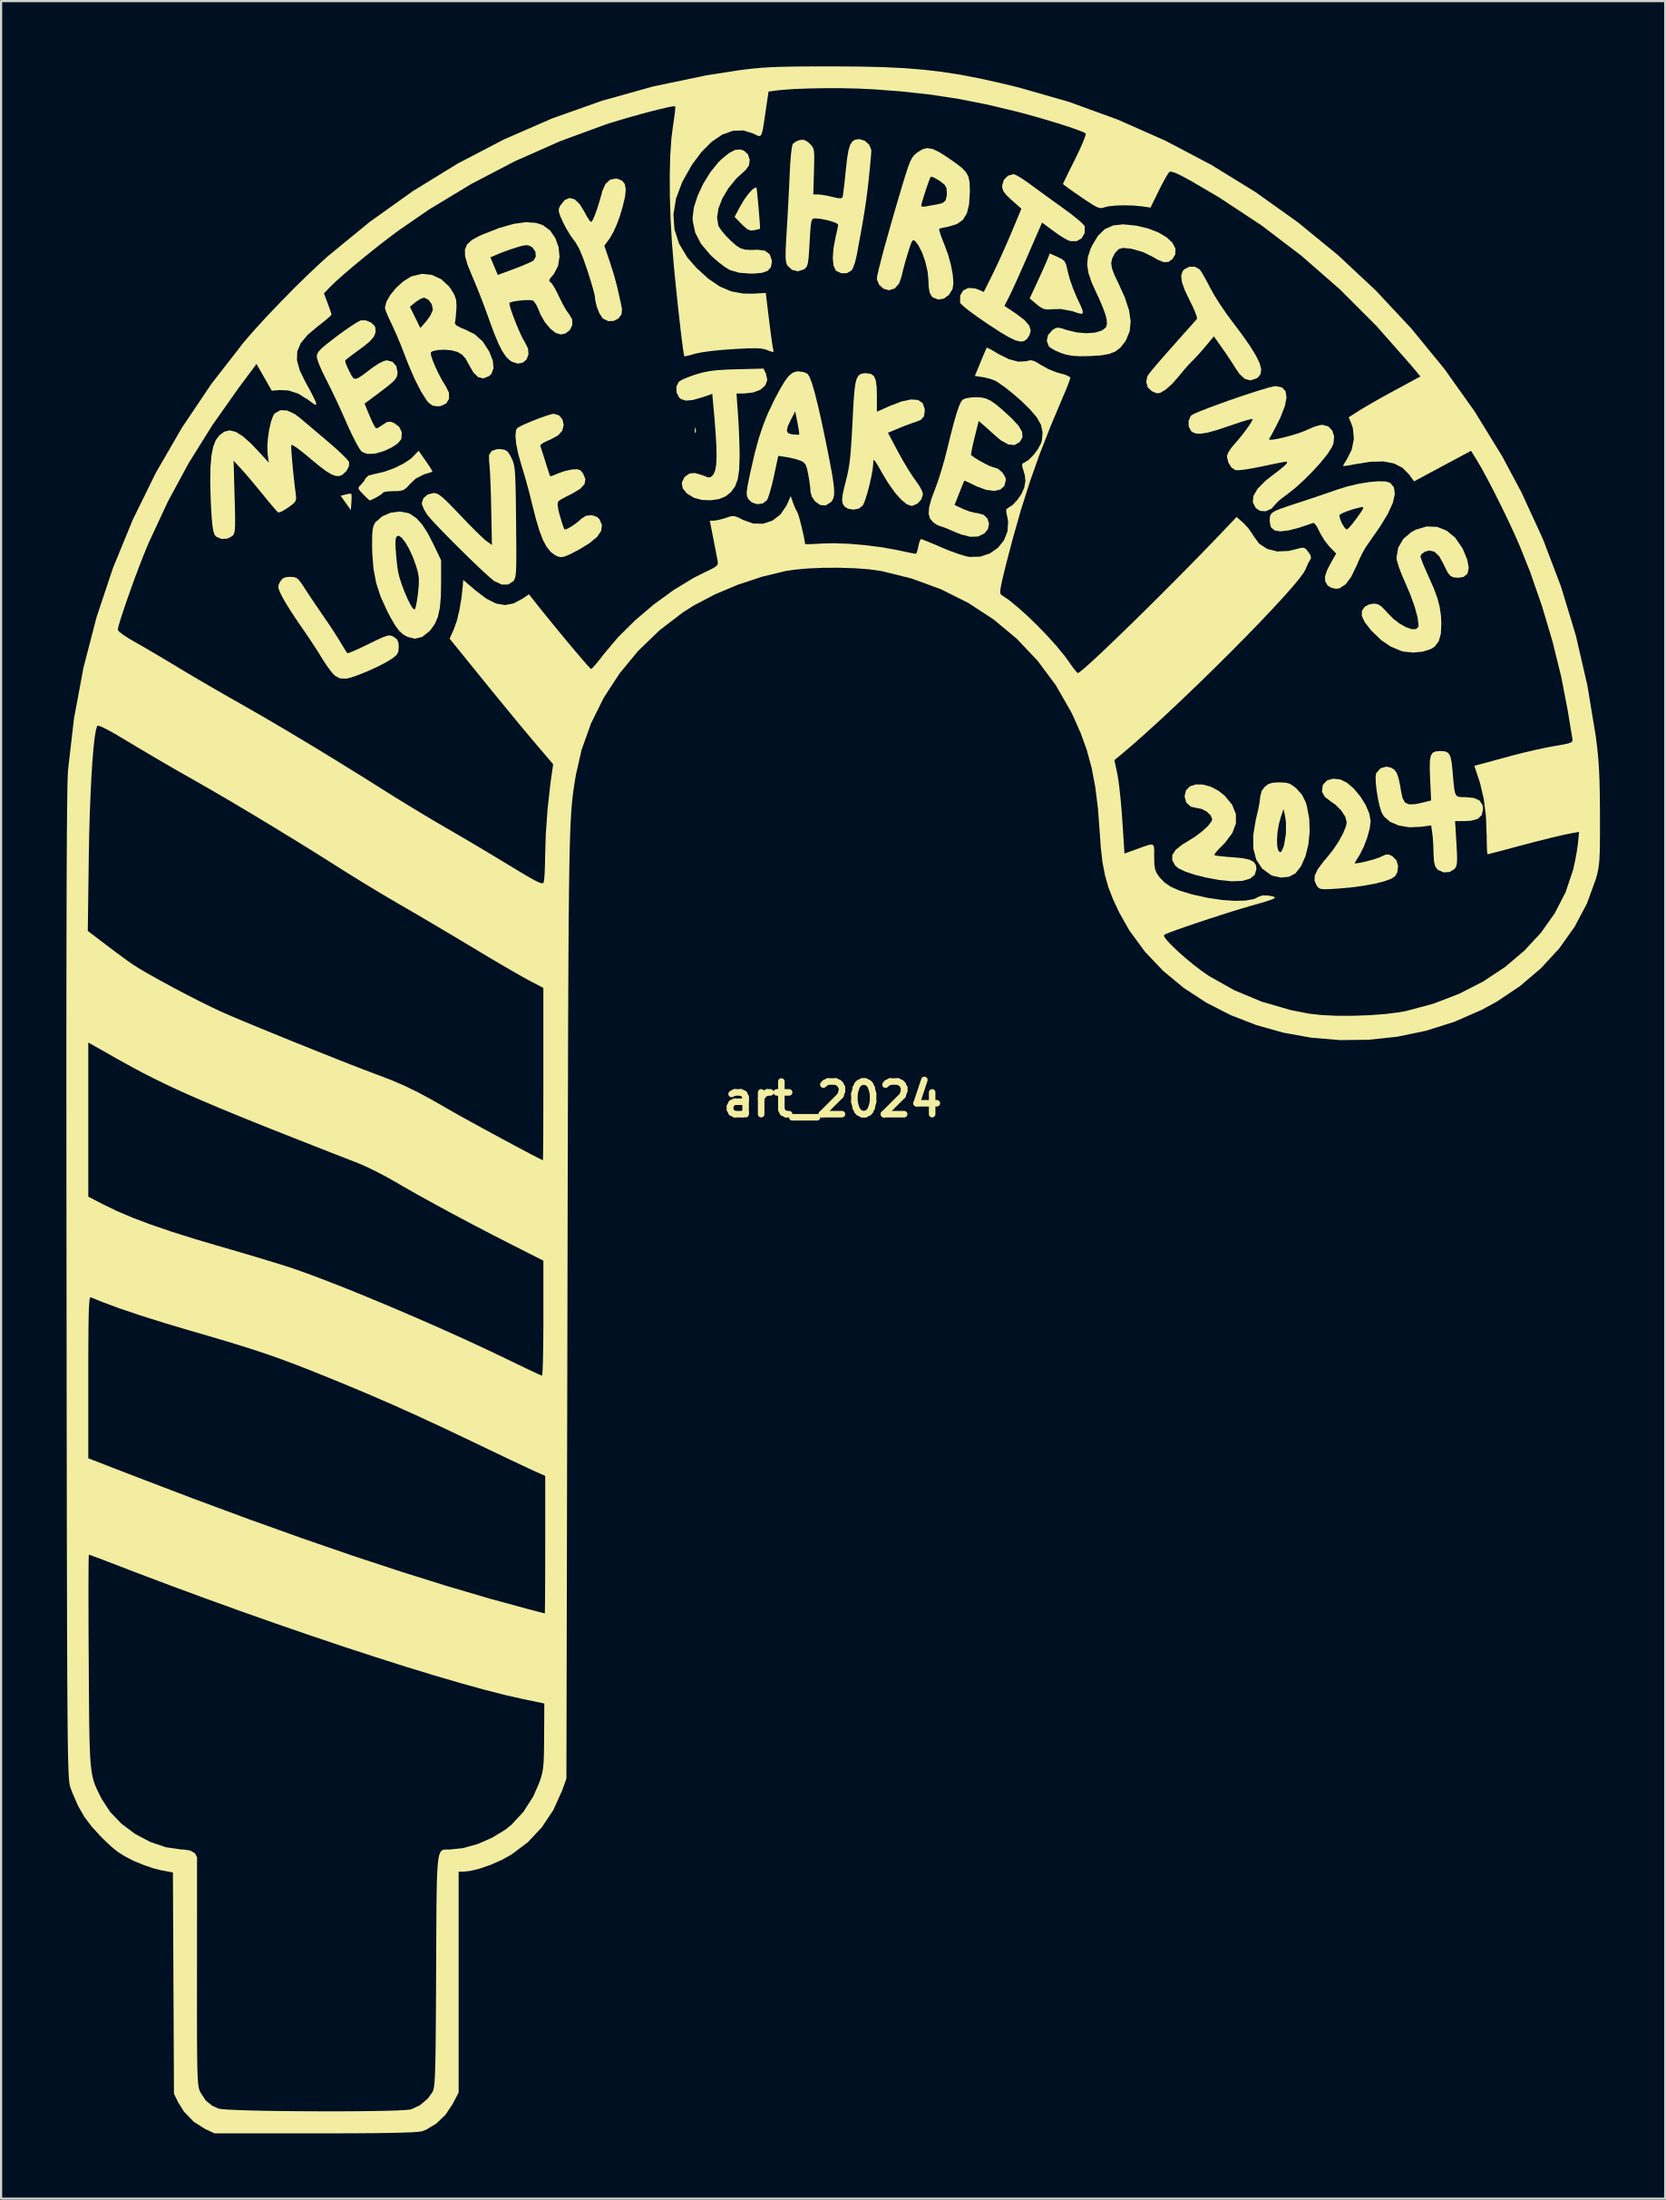
<source format=kicad_pcb>
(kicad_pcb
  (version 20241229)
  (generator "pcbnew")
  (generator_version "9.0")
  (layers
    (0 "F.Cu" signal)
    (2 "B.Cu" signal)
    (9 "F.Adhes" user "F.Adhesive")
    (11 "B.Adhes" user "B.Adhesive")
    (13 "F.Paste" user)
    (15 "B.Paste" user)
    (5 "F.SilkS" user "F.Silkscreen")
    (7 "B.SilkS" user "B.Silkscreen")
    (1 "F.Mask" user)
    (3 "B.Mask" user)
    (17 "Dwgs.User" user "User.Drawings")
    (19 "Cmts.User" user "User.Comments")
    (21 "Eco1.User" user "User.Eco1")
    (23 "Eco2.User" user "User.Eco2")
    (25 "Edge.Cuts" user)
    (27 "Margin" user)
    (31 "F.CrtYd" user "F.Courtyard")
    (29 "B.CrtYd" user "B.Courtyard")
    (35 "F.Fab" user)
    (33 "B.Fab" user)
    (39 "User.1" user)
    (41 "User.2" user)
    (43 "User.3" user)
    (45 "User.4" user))
  (footprint "art_2024"
    (layer "F.Cu")
    (at 35.212 47.452)
    (property "Reference" "art_2024" (at 0 0 0) (layer "F.SilkS") (effects (font (size 1.5 1.5) (thickness 0.3))))
    (attr board_only exclude_from_pos_files exclude_from_bom)
    (fp_poly (pts (xy -6.294 -30.84) (xy -6.283 -30.666) (xy -6.294 -30.628) (xy -6.325 -30.618) (xy -6.337 -30.734) (xy -6.323 -30.854)) (stroke (width 0) (type solid)) (fill yes) (layer "F.SilkS"))
    (fp_poly (pts (xy -22.118 -27.819) (xy -22.105 -27.724) (xy -22.108 -27.521) (xy -22.114 -27.429) (xy -22.14 -27.069) (xy -22.374 -27.398) (xy -22.607 -27.727) (xy -22.378 -27.789) (xy -22.202 -27.823)) (stroke (width 0) (type solid)) (fill yes) (layer "F.SilkS"))
    (fp_poly (pts (xy -3.502 -41.884) (xy -3.487 -41.798) (xy -3.463 -41.584) (xy -3.434 -41.286) (xy -3.403 -40.945) (xy -3.375 -40.603) (xy -3.351 -40.303) (xy -3.338 -40.086) (xy -3.337 -39.994) (xy -3.337 -39.994) (xy -3.415 -39.97) (xy -3.593 -39.929) (xy -3.6 -39.928) (xy -3.768 -39.913) (xy -3.916 -39.969) (xy -4.096 -40.122) (xy -4.181 -40.206) (xy -4.506 -40.539) (xy -4.228 -41.061) (xy -4.057 -41.345) (xy -3.87 -41.599) (xy -3.695 -41.79) (xy -3.559 -41.888)) (stroke (width 0) (type solid)) (fill yes) (layer "F.SilkS"))
    (fp_poly (pts (xy 10.341 -38.697) (xy 10.54 -38.598) (xy 10.66 -38.492) (xy 10.735 -38.328) (xy 10.8 -38.054) (xy 10.81 -38.006) (xy 10.903 -37.659) (xy 11.047 -37.249) (xy 11.209 -36.863) (xy 11.216 -36.848) (xy 11.39 -36.477) (xy 11.487 -36.24) (xy 11.498 -36.116) (xy 11.419 -36.085) (xy 11.242 -36.129) (xy 11.008 -36.209) (xy 10.488 -36.307) (xy 10.16 -36.299) (xy 9.875 -36.284) (xy 9.684 -36.315) (xy 9.51 -36.414) (xy 9.372 -36.525) (xy 9.053 -36.793) (xy 9.387 -37.51) (xy 9.552 -37.869) (xy 9.706 -38.21) (xy 9.822 -38.474) (xy 9.851 -38.543) (xy 9.98 -38.858)) (stroke (width 0) (type solid)) (fill yes) (layer "F.SilkS"))
    (fp_poly (pts (xy -18.694 -29.323) (xy -18.533 -29.085) (xy -18.424 -28.91) (xy -18.389 -28.835) (xy -18.39 -28.834) (xy -18.479 -28.803) (xy -18.674 -28.743) (xy -18.77 -28.715) (xy -19.157 -28.519) (xy -19.413 -28.277) (xy -19.591 -28.083) (xy -19.743 -27.983) (xy -19.938 -27.945) (xy -20.18 -27.94) (xy -20.439 -27.929) (xy -20.613 -27.9) (xy -20.659 -27.871) (xy -20.725 -27.805) (xy -20.884 -27.702) (xy -21.072 -27.598) (xy -21.23 -27.528) (xy -21.28 -27.517) (xy -21.347 -27.572) (xy -21.49 -27.711) (xy -21.575 -27.798) (xy -21.738 -27.972) (xy -21.794 -28.076) (xy -21.756 -28.159) (xy -21.679 -28.233) (xy -21.532 -28.404) (xy -21.463 -28.533) (xy -21.336 -28.655) (xy -21.047 -28.73) (xy -21.045 -28.73) (xy -20.616 -28.827) (xy -20.162 -28.99) (xy -19.738 -29.196) (xy -19.402 -29.417) (xy -19.304 -29.506) (xy -19.025 -29.795)) (stroke (width 0) (type solid)) (fill yes) (layer "F.SilkS"))
    (fp_poly (pts (xy -4.077 -43.582) (xy -3.892 -43.412) (xy -3.812 -43.166) (xy -3.844 -42.907) (xy -3.993 -42.697) (xy -3.994 -42.697) (xy -4.429 -42.298) (xy -4.791 -41.853) (xy -5.068 -41.389) (xy -5.246 -40.931) (xy -5.312 -40.509) (xy -5.255 -40.149) (xy -5.224 -40.08) (xy -5.094 -39.892) (xy -4.885 -39.649) (xy -4.668 -39.431) (xy -4.429 -39.22) (xy -4.229 -39.094) (xy -4.012 -39.033) (xy -3.721 -39.02) (xy -3.443 -39.03) (xy -3.111 -38.985) (xy -2.892 -38.821) (xy -2.797 -38.546) (xy -2.794 -38.473) (xy -2.838 -38.228) (xy -2.982 -38.063) (xy -3.247 -37.969) (xy -3.65 -37.933) (xy -3.765 -37.933) (xy -4.298 -37.973) (xy -4.716 -38.096) (xy -4.727 -38.101) (xy -4.959 -38.24) (xy -5.252 -38.463) (xy -5.551 -38.727) (xy -5.629 -38.803) (xy -6.05 -39.302) (xy -6.313 -39.808) (xy -6.428 -40.34) (xy -6.435 -40.519) (xy -6.373 -40.988) (xy -6.202 -41.519) (xy -5.944 -42.068) (xy -5.622 -42.59) (xy -5.257 -43.041) (xy -5.09 -43.205) (xy -4.754 -43.476) (xy -4.482 -43.616) (xy -4.244 -43.636)) (stroke (width 0) (type solid)) (fill yes) (layer "F.SilkS"))
    (fp_poly (pts (xy 20.822 -14.549) (xy 21.028 -14.49) (xy 21.225 -14.354) (xy 21.325 -14.267) (xy 21.569 -13.992) (xy 21.733 -13.66) (xy 21.79 -13.478) (xy 21.899 -12.903) (xy 21.92 -12.301) (xy 21.86 -11.71) (xy 21.725 -11.167) (xy 21.522 -10.71) (xy 21.267 -10.385) (xy 20.976 -10.229) (xy 20.616 -10.188) (xy 20.24 -10.266) (xy 20.119 -10.32) (xy 19.728 -10.611) (xy 19.466 -11.011) (xy 19.332 -11.519) (xy 19.328 -11.924) (xy 20.418 -11.924) (xy 20.431 -11.627) (xy 20.482 -11.422) (xy 20.572 -11.345) (xy 20.572 -11.345) (xy 20.642 -11.419) (xy 20.719 -11.603) (xy 20.743 -11.683) (xy 20.828 -12.2) (xy 20.829 -12.74) (xy 20.784 -13.043) (xy 20.719 -13.335) (xy 20.603 -13.001) (xy 20.505 -12.648) (xy 20.443 -12.276) (xy 20.418 -11.924) (xy 19.328 -11.924) (xy 19.326 -12.138) (xy 19.447 -12.867) (xy 19.479 -12.996) (xy 19.561 -13.345) (xy 19.62 -13.659) (xy 19.646 -13.879) (xy 19.646 -13.909) (xy 19.713 -14.168) (xy 19.849 -14.353) (xy 20.011 -14.482) (xy 20.205 -14.545) (xy 20.496 -14.563) (xy 20.528 -14.563)) (stroke (width 0) (type solid)) (fill yes) (layer "F.SilkS"))
    (fp_poly (pts (xy 17.014 -14.463) (xy 17.374 -14.364) (xy 17.738 -14.172) (xy 18.02 -13.945) (xy 18.359 -13.532) (xy 18.529 -13.108) (xy 18.531 -12.674) (xy 18.364 -12.233) (xy 18.029 -11.787) (xy 17.899 -11.656) (xy 17.701 -11.454) (xy 17.57 -11.297) (xy 17.537 -11.221) (xy 17.636 -11.196) (xy 17.864 -11.167) (xy 18.182 -11.137) (xy 18.38 -11.122) (xy 18.842 -11.078) (xy 19.159 -11.01) (xy 19.354 -10.907) (xy 19.451 -10.757) (xy 19.473 -10.583) (xy 19.399 -10.321) (xy 19.18 -10.139) (xy 18.823 -10.037) (xy 18.332 -10.019) (xy 17.751 -10.079) (xy 17.167 -10.187) (xy 16.646 -10.317) (xy 16.215 -10.46) (xy 15.901 -10.607) (xy 15.747 -10.731) (xy 15.605 -10.987) (xy 15.608 -11.226) (xy 15.761 -11.463) (xy 16.071 -11.709) (xy 16.298 -11.846) (xy 16.667 -12.077) (xy 16.994 -12.325) (xy 17.25 -12.564) (xy 17.407 -12.767) (xy 17.441 -12.873) (xy 17.368 -13.049) (xy 17.187 -13.22) (xy 16.954 -13.342) (xy 16.771 -13.377) (xy 16.461 -13.444) (xy 16.253 -13.629) (xy 16.172 -13.909) (xy 16.171 -13.928) (xy 16.238 -14.2) (xy 16.419 -14.381) (xy 16.687 -14.468)) (stroke (width 0) (type solid)) (fill yes) (layer "F.SilkS"))
    (fp_poly (pts (xy 23.322 -14.698) (xy 23.63 -14.549) (xy 23.948 -14.276) (xy 24.245 -13.92) (xy 24.494 -13.522) (xy 24.662 -13.123) (xy 24.722 -12.777) (xy 24.68 -12.447) (xy 24.569 -12.039) (xy 24.41 -11.617) (xy 24.225 -11.246) (xy 24.168 -11.155) (xy 24.05 -10.966) (xy 23.991 -10.852) (xy 23.99 -10.837) (xy 24.204 -10.863) (xy 24.507 -10.929) (xy 24.83 -11.016) (xy 25.102 -11.106) (xy 25.212 -11.154) (xy 25.412 -11.245) (xy 25.557 -11.248) (xy 25.72 -11.173) (xy 25.907 -10.981) (xy 25.985 -10.713) (xy 25.946 -10.428) (xy 25.849 -10.256) (xy 25.672 -10.137) (xy 25.353 -10.02) (xy 24.918 -9.91) (xy 24.393 -9.813) (xy 23.805 -9.734) (xy 23.23 -9.684) (xy 22.841 -9.66) (xy 22.587 -9.654) (xy 22.429 -9.669) (xy 22.334 -9.714) (xy 22.265 -9.792) (xy 22.231 -9.843) (xy 22.141 -10.056) (xy 22.156 -10.288) (xy 22.285 -10.563) (xy 22.537 -10.904) (xy 22.699 -11.093) (xy 22.992 -11.459) (xy 23.253 -11.849) (xy 23.458 -12.225) (xy 23.588 -12.546) (xy 23.621 -12.732) (xy 23.553 -12.987) (xy 23.37 -13.27) (xy 23.108 -13.534) (xy 22.904 -13.677) (xy 22.614 -13.898) (xy 22.487 -14.133) (xy 22.515 -14.398) (xy 22.547 -14.474) (xy 22.721 -14.655) (xy 23 -14.731)) (stroke (width 0) (type solid)) (fill yes) (layer "F.SilkS"))
    (fp_poly (pts (xy -9.87 -42.285) (xy -9.672 -42.199) (xy -9.551 -42.047) (xy -9.507 -41.811) (xy -9.539 -41.473) (xy -9.647 -41.015) (xy -9.779 -40.571) (xy -9.914 -40.203) (xy -10.073 -39.849) (xy -10.225 -39.581) (xy -10.241 -39.558) (xy -10.492 -39.212) (xy -10.236 -38.465) (xy -10.06 -37.913) (xy -9.904 -37.334) (xy -9.754 -36.669) (xy -9.68 -36.309) (xy -9.701 -36.061) (xy -9.843 -35.871) (xy -10.06 -35.76) (xy -10.308 -35.75) (xy -10.542 -35.861) (xy -10.578 -35.893) (xy -10.717 -36.104) (xy -10.837 -36.405) (xy -10.911 -36.719) (xy -10.922 -36.855) (xy -10.947 -36.989) (xy -11.016 -37.249) (xy -11.119 -37.599) (xy -11.246 -38.004) (xy -11.271 -38.082) (xy -11.473 -38.661) (xy -11.653 -39.087) (xy -11.818 -39.375) (xy -11.877 -39.451) (xy -12.048 -39.684) (xy -12.239 -40) (xy -12.388 -40.289) (xy -12.52 -40.583) (xy -12.582 -40.772) (xy -12.584 -40.905) (xy -12.535 -41.027) (xy -12.524 -41.047) (xy -12.315 -41.311) (xy -12.088 -41.409) (xy -11.853 -41.344) (xy -11.618 -41.117) (xy -11.429 -40.808) (xy -11.289 -40.552) (xy -11.17 -40.37) (xy -11.097 -40.301) (xy -11.034 -40.378) (xy -10.94 -40.588) (xy -10.827 -40.898) (xy -10.707 -41.278) (xy -10.591 -41.696) (xy -10.585 -41.72) (xy -10.441 -42.05) (xy -10.225 -42.248) (xy -9.956 -42.3)) (stroke (width 0) (type solid)) (fill yes) (layer "F.SilkS"))
    (fp_poly (pts (xy -3.062 -33.328) (xy -3.003 -33.048) (xy -3.094 -32.801) (xy -3.315 -32.604) (xy -3.648 -32.474) (xy -4.07 -32.427) (xy -4.419 -32.427) (xy -4.348 -31.433) (xy -4.316 -30.909) (xy -4.292 -30.325) (xy -4.278 -29.768) (xy -4.276 -29.506) (xy -4.295 -28.934) (xy -4.36 -28.496) (xy -4.481 -28.163) (xy -4.669 -27.905) (xy -4.909 -27.707) (xy -5.211 -27.58) (xy -5.6 -27.522) (xy -6.004 -27.536) (xy -6.355 -27.627) (xy -6.363 -27.63) (xy -6.697 -27.832) (xy -6.89 -28.069) (xy -6.934 -28.319) (xy -6.821 -28.565) (xy -6.773 -28.617) (xy -6.573 -28.753) (xy -6.331 -28.773) (xy -6.008 -28.681) (xy -5.945 -28.655) (xy -5.738 -28.577) (xy -5.618 -28.577) (xy -5.519 -28.662) (xy -5.482 -28.707) (xy -5.403 -28.873) (xy -5.353 -29.145) (xy -5.334 -29.536) (xy -5.345 -30.059) (xy -5.386 -30.727) (xy -5.432 -31.296) (xy -5.531 -32.409) (xy -5.996 -32.249) (xy -6.428 -32.126) (xy -6.745 -32.099) (xy -6.969 -32.169) (xy -7.057 -32.244) (xy -7.175 -32.478) (xy -7.18 -32.744) (xy -7.07 -32.965) (xy -7.066 -32.969) (xy -6.926 -33.055) (xy -6.672 -33.166) (xy -6.355 -33.281) (xy -6.283 -33.304) (xy -5.968 -33.393) (xy -5.655 -33.455) (xy -5.3 -33.497) (xy -4.858 -33.525) (xy -4.404 -33.539) (xy -3.178 -33.57)) (stroke (width 0) (type solid)) (fill yes) (layer "F.SilkS"))
    (fp_poly (pts (xy -24.757 -23.994) (xy -24.628 -23.948) (xy -24.506 -23.834) (xy -24.355 -23.623) (xy -24.245 -23.453) (xy -24.027 -23.12) (xy -23.759 -22.722) (xy -23.491 -22.329) (xy -23.418 -22.225) (xy -23.167 -21.857) (xy -22.912 -21.47) (xy -22.697 -21.131) (xy -22.643 -21.041) (xy -22.487 -20.783) (xy -22.365 -20.588) (xy -22.302 -20.496) (xy -22.301 -20.495) (xy -22.215 -20.515) (xy -22.008 -20.599) (xy -21.711 -20.733) (xy -21.354 -20.904) (xy -21.33 -20.916) (xy -20.938 -21.107) (xy -20.665 -21.231) (xy -20.481 -21.297) (xy -20.354 -21.314) (xy -20.253 -21.289) (xy -20.169 -21.247) (xy -20.012 -21.124) (xy -19.948 -20.952) (xy -19.939 -20.786) (xy -19.957 -20.569) (xy -20.036 -20.418) (xy -20.216 -20.268) (xy -20.282 -20.223) (xy -20.577 -20.048) (xy -20.956 -19.856) (xy -21.371 -19.668) (xy -21.776 -19.503) (xy -22.123 -19.382) (xy -22.346 -19.328) (xy -22.642 -19.339) (xy -22.87 -19.462) (xy -23.017 -19.617) (xy -23.21 -19.872) (xy -23.412 -20.177) (xy -23.459 -20.254) (xy -23.664 -20.584) (xy -23.93 -20.993) (xy -24.218 -21.422) (xy -24.426 -21.723) (xy -24.689 -22.108) (xy -24.942 -22.497) (xy -25.154 -22.84) (xy -25.276 -23.056) (xy -25.41 -23.323) (xy -25.47 -23.494) (xy -25.466 -23.62) (xy -25.406 -23.754) (xy -25.397 -23.77) (xy -25.275 -23.928) (xy -25.106 -23.994) (xy -24.932 -24.003)) (stroke (width 0) (type solid)) (fill yes) (layer "F.SilkS"))
    (fp_poly (pts (xy 16.653 -38.248) (xy 16.866 -38.124) (xy 16.869 -38.121) (xy 16.965 -37.98) (xy 17.109 -37.731) (xy 17.276 -37.42) (xy 17.339 -37.296) (xy 17.535 -36.944) (xy 17.801 -36.521) (xy 18.098 -36.087) (xy 18.324 -35.781) (xy 18.811 -35.133) (xy 19.186 -34.596) (xy 19.455 -34.159) (xy 19.622 -33.811) (xy 19.691 -33.539) (xy 19.669 -33.332) (xy 19.56 -33.179) (xy 19.467 -33.115) (xy 19.195 -33.028) (xy 18.945 -33.093) (xy 18.702 -33.315) (xy 18.539 -33.549) (xy 18.345 -33.855) (xy 18.105 -34.216) (xy 17.893 -34.522) (xy 17.518 -35.051) (xy 17.111 -34.565) (xy 16.882 -34.3) (xy 16.669 -34.066) (xy 16.517 -33.912) (xy 16.513 -33.909) (xy 16.368 -33.761) (xy 16.161 -33.526) (xy 15.933 -33.251) (xy 15.899 -33.208) (xy 15.595 -32.864) (xy 15.308 -32.608) (xy 15.063 -32.46) (xy 14.927 -32.433) (xy 14.805 -32.471) (xy 14.667 -32.531) (xy 14.482 -32.705) (xy 14.409 -32.956) (xy 14.462 -33.217) (xy 14.509 -33.292) (xy 14.601 -33.413) (xy 14.747 -33.591) (xy 14.957 -33.838) (xy 15.241 -34.164) (xy 15.609 -34.58) (xy 16.069 -35.098) (xy 16.631 -35.728) (xy 16.74 -35.849) (xy 16.732 -35.952) (xy 16.656 -36.168) (xy 16.525 -36.462) (xy 16.408 -36.696) (xy 16.175 -37.184) (xy 16.045 -37.559) (xy 16.016 -37.84) (xy 16.085 -38.047) (xy 16.157 -38.129) (xy 16.393 -38.25)) (stroke (width 0) (type solid)) (fill yes) (layer "F.SilkS"))
    (fp_poly (pts (xy -15.251 -29.871) (xy -15.054 -29.836) (xy -14.921 -29.742) (xy -14.8 -29.547) (xy -14.759 -29.464) (xy -14.706 -29.348) (xy -14.664 -29.226) (xy -14.631 -29.08) (xy -14.606 -28.887) (xy -14.588 -28.628) (xy -14.574 -28.281) (xy -14.563 -27.827) (xy -14.555 -27.243) (xy -14.547 -26.531) (xy -14.54 -25.804) (xy -14.536 -25.227) (xy -14.537 -24.782) (xy -14.543 -24.449) (xy -14.555 -24.209) (xy -14.574 -24.043) (xy -14.601 -23.931) (xy -14.638 -23.856) (xy -14.682 -23.8) (xy -14.92 -23.649) (xy -15.212 -23.651) (xy -15.539 -23.805) (xy -15.583 -23.836) (xy -15.769 -23.99) (xy -16.044 -24.24) (xy -16.387 -24.562) (xy -16.772 -24.934) (xy -17.175 -25.331) (xy -17.574 -25.73) (xy -17.943 -26.106) (xy -18.259 -26.437) (xy -18.498 -26.697) (xy -18.63 -26.857) (xy -18.777 -27.097) (xy -18.867 -27.312) (xy -18.881 -27.389) (xy -18.804 -27.62) (xy -18.606 -27.788) (xy -18.332 -27.855) (xy -18.323 -27.855) (xy -18.21 -27.837) (xy -18.08 -27.771) (xy -17.911 -27.64) (xy -17.685 -27.427) (xy -17.379 -27.116) (xy -17.121 -26.844) (xy -16.78 -26.487) (xy -16.459 -26.162) (xy -16.186 -25.894) (xy -15.985 -25.71) (xy -15.912 -25.65) (xy -15.657 -25.468) (xy -15.692 -27.233) (xy -15.705 -27.784) (xy -15.723 -28.294) (xy -15.742 -28.734) (xy -15.763 -29.073) (xy -15.783 -29.279) (xy -15.787 -29.302) (xy -15.791 -29.601) (xy -15.663 -29.792) (xy -15.409 -29.872)) (stroke (width 0) (type solid)) (fill yes) (layer "F.SilkS"))
    (fp_poly (pts (xy -19.5 -26.932) (xy -19.406 -26.889) (xy -19.129 -26.7) (xy -18.873 -26.422) (xy -18.618 -26.03) (xy -18.357 -25.527) (xy -17.992 -24.765) (xy -17.992 -23.707) (xy -18.005 -23.069) (xy -18.052 -22.568) (xy -18.138 -22.174) (xy -18.272 -21.856) (xy -18.461 -21.585) (xy -18.543 -21.494) (xy -18.862 -21.244) (xy -19.191 -21.162) (xy -19.54 -21.247) (xy -19.736 -21.358) (xy -19.91 -21.513) (xy -20.096 -21.762) (xy -20.313 -22.131) (xy -20.473 -22.438) (xy -20.769 -23.089) (xy -20.973 -23.711) (xy -21.098 -24.36) (xy -21.156 -25.089) (xy -21.164 -25.494) (xy -21.163 -25.522) (xy -20.09 -25.522) (xy -20.083 -25.314) (xy -20.053 -24.916) (xy -20.006 -24.489) (xy -19.972 -24.257) (xy -19.907 -23.981) (xy -19.803 -23.657) (xy -19.675 -23.319) (xy -19.537 -23) (xy -19.404 -22.735) (xy -19.291 -22.556) (xy -19.213 -22.498) (xy -19.203 -22.504) (xy -19.16 -22.617) (xy -19.111 -22.853) (xy -19.064 -23.169) (xy -19.051 -23.271) (xy -19.016 -23.656) (xy -19.016 -23.945) (xy -19.057 -24.208) (xy -19.137 -24.492) (xy -19.286 -24.902) (xy -19.457 -25.276) (xy -19.635 -25.586) (xy -19.801 -25.801) (xy -19.938 -25.891) (xy -19.965 -25.891) (xy -20.043 -25.85) (xy -20.082 -25.739) (xy -20.09 -25.522) (xy -21.163 -25.522) (xy -21.16 -25.894) (xy -21.14 -26.165) (xy -21.098 -26.348) (xy -21.028 -26.483) (xy -21 -26.521) (xy -20.695 -26.786) (xy -20.308 -26.951) (xy -19.891 -27.004)) (stroke (width 0) (type solid)) (fill yes) (layer "F.SilkS"))
    (fp_poly (pts (xy 8.438 -42.454) (xy 8.661 -42.325) (xy 8.939 -42.138) (xy 9.073 -42.041) (xy 9.394 -41.805) (xy 9.799 -41.51) (xy 10.236 -41.194) (xy 10.625 -40.915) (xy 10.971 -40.659) (xy 11.263 -40.426) (xy 11.475 -40.237) (xy 11.579 -40.116) (xy 11.585 -40.1) (xy 11.577 -39.789) (xy 11.442 -39.555) (xy 11.214 -39.425) (xy 10.926 -39.426) (xy 10.824 -39.46) (xy 10.635 -39.561) (xy 10.372 -39.729) (xy 10.105 -39.919) (xy 9.623 -40.28) (xy 8.975 -38.788) (xy 8.756 -38.288) (xy 8.545 -37.813) (xy 8.355 -37.394) (xy 8.204 -37.067) (xy 8.11 -36.874) (xy 7.893 -36.451) (xy 8.438 -36.086) (xy 8.81 -35.803) (xy 9.029 -35.553) (xy 9.102 -35.321) (xy 9.047 -35.11) (xy 8.934 -34.937) (xy 8.802 -34.835) (xy 8.631 -34.81) (xy 8.403 -34.866) (xy 8.1 -35.01) (xy 7.701 -35.245) (xy 7.19 -35.577) (xy 7.112 -35.629) (xy 6.682 -35.924) (xy 6.321 -36.186) (xy 6.051 -36.4) (xy 5.891 -36.549) (xy 5.856 -36.604) (xy 5.861 -36.926) (xy 5.993 -37.155) (xy 6.225 -37.272) (xy 6.531 -37.256) (xy 6.652 -37.214) (xy 6.945 -37.092) (xy 7.354 -37.913) (xy 7.552 -38.325) (xy 7.783 -38.828) (xy 8.018 -39.357) (xy 8.218 -39.825) (xy 8.672 -40.914) (xy 8.229 -41.306) (xy 7.983 -41.54) (xy 7.846 -41.717) (xy 7.792 -41.881) (xy 7.788 -41.969) (xy 7.863 -42.234) (xy 8.054 -42.429) (xy 8.309 -42.503)) (stroke (width 0) (type solid)) (fill yes) (layer "F.SilkS"))
    (fp_poly (pts (xy 13.942 -40.138) (xy 14.498 -40.007) (xy 14.972 -39.823) (xy 15.348 -39.6) (xy 15.612 -39.35) (xy 15.75 -39.088) (xy 15.747 -38.825) (xy 15.618 -38.605) (xy 15.437 -38.472) (xy 15.221 -38.458) (xy 14.941 -38.568) (xy 14.739 -38.688) (xy 14.255 -38.927) (xy 13.722 -39.077) (xy 13.355 -39.114) (xy 13.153 -39.066) (xy 12.987 -38.895) (xy 12.953 -38.841) (xy 12.841 -38.621) (xy 12.8 -38.413) (xy 12.834 -38.177) (xy 12.948 -37.871) (xy 13.116 -37.521) (xy 13.429 -36.832) (xy 13.621 -36.242) (xy 13.694 -35.733) (xy 13.649 -35.29) (xy 13.489 -34.893) (xy 13.43 -34.799) (xy 13.228 -34.539) (xy 12.997 -34.359) (xy 12.704 -34.242) (xy 12.313 -34.175) (xy 11.811 -34.144) (xy 11.355 -34.138) (xy 11.011 -34.159) (xy 10.726 -34.212) (xy 10.503 -34.281) (xy 10.228 -34.398) (xy 10.012 -34.524) (xy 9.928 -34.6) (xy 9.839 -34.85) (xy 9.898 -35.11) (xy 10.087 -35.329) (xy 10.223 -35.42) (xy 10.341 -35.452) (xy 10.5 -35.426) (xy 10.759 -35.343) (xy 10.765 -35.341) (xy 11.203 -35.234) (xy 11.65 -35.194) (xy 12.054 -35.222) (xy 12.364 -35.317) (xy 12.408 -35.343) (xy 12.554 -35.462) (xy 12.605 -35.603) (xy 12.59 -35.833) (xy 12.533 -36.055) (xy 12.416 -36.376) (xy 12.259 -36.746) (xy 12.149 -36.981) (xy 11.902 -37.524) (xy 11.752 -37.967) (xy 11.695 -38.346) (xy 11.728 -38.698) (xy 11.847 -39.059) (xy 11.929 -39.237) (xy 12.197 -39.678) (xy 12.509 -39.978) (xy 12.889 -40.147) (xy 13.361 -40.197)) (stroke (width 0) (type solid)) (fill yes) (layer "F.SilkS"))
    (fp_poly (pts (xy 27.768 -26.302) (xy 28.209 -26.13) (xy 28.6 -25.809) (xy 28.925 -25.345) (xy 28.969 -25.26) (xy 29.161 -24.791) (xy 29.23 -24.422) (xy 29.176 -24.158) (xy 29 -24.003) (xy 28.755 -23.962) (xy 28.543 -23.977) (xy 28.393 -24.043) (xy 28.268 -24.192) (xy 28.133 -24.456) (xy 28.08 -24.574) (xy 27.872 -24.95) (xy 27.649 -25.161) (xy 27.403 -25.213) (xy 27.22 -25.161) (xy 27.064 -25.052) (xy 27.009 -24.949) (xy 27.043 -24.826) (xy 27.134 -24.59) (xy 27.268 -24.276) (xy 27.376 -24.037) (xy 27.621 -23.481) (xy 27.79 -23.023) (xy 27.896 -22.617) (xy 27.953 -22.216) (xy 27.97 -21.865) (xy 27.948 -21.391) (xy 27.852 -21.048) (xy 27.671 -20.808) (xy 27.494 -20.689) (xy 27.124 -20.568) (xy 26.682 -20.526) (xy 26.248 -20.568) (xy 26.105 -20.606) (xy 25.634 -20.806) (xy 25.21 -21.093) (xy 24.785 -21.503) (xy 24.724 -21.571) (xy 24.447 -21.926) (xy 24.314 -22.213) (xy 24.322 -22.448) (xy 24.454 -22.635) (xy 24.65 -22.737) (xy 24.872 -22.775) (xy 25.048 -22.748) (xy 25.216 -22.645) (xy 25.42 -22.437) (xy 25.491 -22.354) (xy 25.765 -22.076) (xy 26.059 -21.851) (xy 26.348 -21.69) (xy 26.603 -21.603) (xy 26.8 -21.602) (xy 26.909 -21.696) (xy 26.923 -21.78) (xy 26.877 -22.144) (xy 26.748 -22.621) (xy 26.547 -23.182) (xy 26.301 -23.759) (xy 26.139 -24.133) (xy 26.01 -24.477) (xy 25.929 -24.747) (xy 25.908 -24.875) (xy 25.987 -25.341) (xy 26.217 -25.74) (xy 26.588 -26.059) (xy 26.797 -26.171) (xy 27.292 -26.318)) (stroke (width 0) (type solid)) (fill yes) (layer "F.SilkS"))
    (fp_poly (pts (xy -1.337 -33.411) (xy -1.161 -33.337) (xy -1.068 -33.2) (xy -0.957 -32.913) (xy -0.826 -32.473) (xy -0.676 -31.875) (xy -0.504 -31.118) (xy -0.311 -30.197) (xy -0.257 -29.93) (xy -0.123 -29.251) (xy -0.025 -28.717) (xy 0.038 -28.307) (xy 0.068 -28.001) (xy 0.067 -27.778) (xy 0.035 -27.618) (xy -0.026 -27.5) (xy -0.085 -27.432) (xy -0.324 -27.283) (xy -0.573 -27.304) (xy -0.808 -27.47) (xy -0.958 -27.688) (xy -1.016 -27.905) (xy -1.031 -28.108) (xy -1.071 -28.406) (xy -1.117 -28.682) (xy -1.181 -28.986) (xy -1.249 -29.167) (xy -1.346 -29.273) (xy -1.477 -29.34) (xy -1.73 -29.422) (xy -2.037 -29.491) (xy -2.118 -29.505) (xy -2.499 -29.562) (xy -2.699 -28.628) (xy -2.791 -28.234) (xy -2.885 -27.888) (xy -2.969 -27.633) (xy -3.021 -27.521) (xy -3.215 -27.374) (xy -3.466 -27.341) (xy -3.712 -27.42) (xy -3.862 -27.562) (xy -3.918 -27.66) (xy -3.947 -27.767) (xy -3.948 -27.914) (xy -3.918 -28.134) (xy -3.855 -28.459) (xy -3.771 -28.854) (xy -3.582 -29.677) (xy -3.393 -30.373) (xy -3.278 -30.719) (xy -2.106 -30.719) (xy -2.046 -30.604) (xy -1.878 -30.552) (xy -1.841 -30.548) (xy -1.645 -30.533) (xy -1.541 -30.534) (xy -1.539 -30.535) (xy -1.54 -30.618) (xy -1.57 -30.821) (xy -1.616 -31.076) (xy -1.72 -31.605) (xy -1.915 -31.233) (xy -2.062 -30.92) (xy -2.106 -30.719) (xy -3.278 -30.719) (xy -3.19 -30.983) (xy -2.96 -31.551) (xy -2.689 -32.117) (xy -2.425 -32.616) (xy -2.209 -32.977) (xy -2.026 -33.221) (xy -1.858 -33.366) (xy -1.689 -33.433) (xy -1.575 -33.443)) (stroke (width 0) (type solid)) (fill yes) (layer "F.SilkS"))
    (fp_poly (pts (xy 1.747 -33.331) (xy 1.893 -33.232) (xy 1.98 -33.037) (xy 2.023 -32.719) (xy 2.032 -32.34) (xy 2.032 -31.588) (xy 2.603 -31.844) (xy 3.159 -32.059) (xy 3.6 -32.153) (xy 3.927 -32.128) (xy 4.137 -31.983) (xy 4.229 -31.718) (xy 4.233 -31.627) (xy 4.193 -31.374) (xy 4.051 -31.214) (xy 3.81 -31.119) (xy 3.622 -31.056) (xy 3.343 -30.952) (xy 3.069 -30.842) (xy 2.539 -30.623) (xy 3.017 -29.726) (xy 3.24 -29.324) (xy 3.474 -28.932) (xy 3.688 -28.601) (xy 3.821 -28.416) (xy 3.996 -28.164) (xy 4.115 -27.933) (xy 4.149 -27.802) (xy 4.075 -27.562) (xy 3.893 -27.364) (xy 3.659 -27.265) (xy 3.616 -27.263) (xy 3.406 -27.338) (xy 3.148 -27.55) (xy 2.857 -27.88) (xy 2.552 -28.311) (xy 2.29 -28.744) (xy 2.1 -29.08) (xy 1.976 -29.283) (xy 1.905 -29.369) (xy 1.872 -29.352) (xy 1.863 -29.249) (xy 1.863 -29.205) (xy 1.839 -28.951) (xy 1.777 -28.603) (xy 1.689 -28.212) (xy 1.587 -27.83) (xy 1.485 -27.508) (xy 1.395 -27.297) (xy 1.387 -27.284) (xy 1.208 -27.142) (xy 0.955 -27.091) (xy 0.7 -27.135) (xy 0.556 -27.226) (xy 0.469 -27.349) (xy 0.434 -27.513) (xy 0.454 -27.752) (xy 0.528 -28.099) (xy 0.587 -28.327) (xy 0.661 -28.621) (xy 0.72 -28.903) (xy 0.769 -29.201) (xy 0.809 -29.544) (xy 0.845 -29.96) (xy 0.878 -30.476) (xy 0.913 -31.122) (xy 0.929 -31.442) (xy 0.962 -32.061) (xy 0.999 -32.532) (xy 1.044 -32.874) (xy 1.105 -33.107) (xy 1.188 -33.251) (xy 1.3 -33.328) (xy 1.446 -33.356) (xy 1.531 -33.359)) (stroke (width 0) (type solid)) (fill yes) (layer "F.SilkS"))
    (fp_poly (pts (xy 28.152 -15.984) (xy 28.292 -15.913) (xy 28.383 -15.758) (xy 28.442 -15.493) (xy 28.486 -15.088) (xy 28.487 -15.068) (xy 28.527 -14.601) (xy 28.562 -14.276) (xy 28.604 -14.068) (xy 28.668 -13.95) (xy 28.765 -13.898) (xy 28.908 -13.885) (xy 29.068 -13.885) (xy 29.471 -13.846) (xy 29.734 -13.723) (xy 29.866 -13.51) (xy 29.887 -13.335) (xy 29.83 -13.066) (xy 29.651 -12.89) (xy 29.338 -12.801) (xy 29.057 -12.785) (xy 28.602 -12.785) (xy 28.663 -11.766) (xy 28.687 -11.328) (xy 28.694 -11.026) (xy 28.683 -10.827) (xy 28.65 -10.697) (xy 28.594 -10.605) (xy 28.573 -10.581) (xy 28.347 -10.444) (xy 28.073 -10.429) (xy 27.822 -10.537) (xy 27.78 -10.574) (xy 27.687 -10.712) (xy 27.635 -10.921) (xy 27.613 -11.246) (xy 27.612 -11.315) (xy 27.6 -11.675) (xy 27.577 -12.022) (xy 27.553 -12.24) (xy 27.502 -12.585) (xy 27.029 -12.521) (xy 26.494 -12.5) (xy 26.014 -12.58) (xy 25.616 -12.75) (xy 25.33 -13) (xy 25.218 -13.197) (xy 25.131 -13.481) (xy 25.054 -13.833) (xy 24.994 -14.207) (xy 24.957 -14.555) (xy 24.949 -14.83) (xy 24.976 -14.984) (xy 25.176 -15.212) (xy 25.438 -15.286) (xy 25.661 -15.237) (xy 25.805 -15.15) (xy 25.914 -15.007) (xy 25.999 -14.777) (xy 26.075 -14.428) (xy 26.122 -14.139) (xy 26.193 -13.825) (xy 26.305 -13.634) (xy 26.489 -13.551) (xy 26.774 -13.562) (xy 27.132 -13.639) (xy 27.5 -13.732) (xy 27.454 -14.738) (xy 27.437 -15.225) (xy 27.445 -15.569) (xy 27.488 -15.794) (xy 27.575 -15.925) (xy 27.716 -15.986) (xy 27.921 -16.002) (xy 27.947 -16.002)) (stroke (width 0) (type solid)) (fill yes) (layer "F.SilkS"))
    (fp_poly (pts (xy 25.401 -28.386) (xy 25.613 -28.328) (xy 25.618 -28.324) (xy 25.793 -28.115) (xy 25.834 -27.807) (xy 25.741 -27.403) (xy 25.516 -26.907) (xy 25.16 -26.321) (xy 25.047 -26.157) (xy 24.838 -25.858) (xy 24.642 -25.575) (xy 24.499 -25.37) (xy 24.498 -25.368) (xy 24.373 -25.154) (xy 24.221 -24.848) (xy 24.078 -24.523) (xy 23.831 -24.01) (xy 23.574 -23.664) (xy 23.306 -23.483) (xy 23.135 -23.453) (xy 22.904 -23.504) (xy 22.746 -23.608) (xy 22.633 -23.797) (xy 22.625 -24.024) (xy 22.725 -24.32) (xy 22.871 -24.603) (xy 23.137 -25.073) (xy 22.834 -25.385) (xy 22.612 -25.662) (xy 22.412 -25.99) (xy 22.356 -26.107) (xy 22.232 -26.349) (xy 22.122 -26.472) (xy 22.076 -26.479) (xy 21.445 -26.264) (xy 20.948 -26.136) (xy 20.575 -26.093) (xy 20.315 -26.134) (xy 20.158 -26.261) (xy 20.119 -26.341) (xy 20.08 -26.595) (xy 20.097 -26.783) (xy 20.116 -26.83) (xy 23.283 -26.83) (xy 23.319 -26.66) (xy 23.405 -26.458) (xy 23.512 -26.28) (xy 23.607 -26.183) (xy 23.634 -26.18) (xy 23.728 -26.261) (xy 23.887 -26.445) (xy 24.076 -26.693) (xy 24.103 -26.731) (xy 24.286 -26.991) (xy 24.376 -27.142) (xy 24.382 -27.207) (xy 24.313 -27.212) (xy 24.281 -27.205) (xy 23.95 -27.12) (xy 23.648 -27.022) (xy 23.416 -26.927) (xy 23.293 -26.849) (xy 23.283 -26.83) (xy 20.116 -26.83) (xy 20.133 -26.875) (xy 20.208 -26.955) (xy 20.347 -27.036) (xy 20.575 -27.131) (xy 20.919 -27.251) (xy 21.316 -27.382) (xy 21.812 -27.545) (xy 22.324 -27.716) (xy 22.796 -27.876) (xy 23.169 -28.006) (xy 23.199 -28.016) (xy 23.673 -28.163) (xy 24.166 -28.278) (xy 24.642 -28.356) (xy 25.066 -28.394)) (stroke (width 0) (type solid)) (fill yes) (layer "F.SilkS"))
    (fp_poly (pts (xy -18.414 -37.873) (xy -17.99 -37.677) (xy -17.63 -37.345) (xy -17.522 -37.194) (xy -17.372 -36.935) (xy -17.3 -36.717) (xy -17.285 -36.458) (xy -17.292 -36.28) (xy -17.315 -35.989) (xy -17.341 -35.759) (xy -17.361 -35.662) (xy -17.308 -35.566) (xy -17.102 -35.452) (xy -16.939 -35.388) (xy -16.452 -35.15) (xy -16.077 -34.813) (xy -15.782 -34.356) (xy -15.616 -33.934) (xy -15.583 -33.585) (xy -15.683 -33.324) (xy -15.797 -33.22) (xy -16.054 -33.119) (xy -16.289 -33.175) (xy -16.509 -33.393) (xy -16.697 -33.718) (xy -16.861 -34.019) (xy -17.023 -34.206) (xy -17.227 -34.328) (xy -17.248 -34.337) (xy -17.513 -34.408) (xy -17.829 -34.437) (xy -18.137 -34.424) (xy -18.376 -34.371) (xy -18.462 -34.319) (xy -18.463 -34.212) (xy -18.398 -33.996) (xy -18.283 -33.71) (xy -18.136 -33.392) (xy -17.974 -33.081) (xy -17.814 -32.815) (xy -17.778 -32.764) (xy -17.631 -32.457) (xy -17.628 -32.183) (xy -17.755 -31.971) (xy -18.001 -31.851) (xy -18.163 -31.835) (xy -18.393 -31.872) (xy -18.576 -32.012) (xy -18.655 -32.11) (xy -18.911 -32.51) (xy -19.19 -33.055) (xy -19.483 -33.725) (xy -19.687 -34.249) (xy -19.855 -34.68) (xy -20.042 -35.125) (xy -20.217 -35.515) (xy -20.288 -35.664) (xy -20.427 -35.957) (xy -20.529 -36.204) (xy -20.573 -36.356) (xy -20.574 -36.366) (xy -20.562 -36.412) (xy -19.427 -36.412) (xy -19.186 -35.923) (xy -18.946 -35.433) (xy -18.659 -35.765) (xy -18.487 -36.005) (xy -18.386 -36.228) (xy -18.373 -36.308) (xy -18.431 -36.542) (xy -18.576 -36.734) (xy -18.759 -36.826) (xy -18.788 -36.827) (xy -18.939 -36.774) (xy -19.137 -36.648) (xy -19.175 -36.618) (xy -19.427 -36.412) (xy -20.562 -36.412) (xy -20.505 -36.644) (xy -20.32 -36.964) (xy -20.052 -37.287) (xy -19.735 -37.573) (xy -19.401 -37.784) (xy -19.334 -37.814) (xy -18.872 -37.922)) (stroke (width 0) (type solid)) (fill yes) (layer "F.SilkS"))
    (fp_poly (pts (xy -12.571 -31.422) (xy -12.411 -31.224) (xy -12.361 -30.982) (xy -12.424 -30.718) (xy -12.621 -30.499) (xy -12.969 -30.309) (xy -13.074 -30.267) (xy -13.293 -30.164) (xy -13.421 -30.066) (xy -13.435 -30.022) (xy -13.394 -29.902) (xy -13.318 -29.665) (xy -13.222 -29.361) (xy -13.202 -29.295) (xy -13.106 -28.992) (xy -13.029 -28.758) (xy -12.986 -28.636) (xy -12.982 -28.627) (xy -12.9 -28.64) (xy -12.721 -28.71) (xy -12.643 -28.746) (xy -12.337 -28.857) (xy -12.008 -28.931) (xy -11.971 -28.936) (xy -11.733 -28.948) (xy -11.59 -28.897) (xy -11.472 -28.756) (xy -11.467 -28.748) (xy -11.361 -28.495) (xy -11.401 -28.267) (xy -11.595 -28.052) (xy -11.949 -27.838) (xy -11.999 -27.813) (xy -12.278 -27.672) (xy -12.498 -27.549) (xy -12.612 -27.471) (xy -12.642 -27.337) (xy -12.601 -27.065) (xy -12.533 -26.803) (xy -12.445 -26.512) (xy -12.372 -26.291) (xy -12.328 -26.185) (xy -12.326 -26.183) (xy -12.233 -26.196) (xy -12.057 -26.286) (xy -11.848 -26.423) (xy -11.652 -26.577) (xy -11.559 -26.667) (xy -11.336 -26.809) (xy -11.07 -26.838) (xy -10.826 -26.757) (xy -10.715 -26.651) (xy -10.601 -26.383) (xy -10.638 -26.113) (xy -10.83 -25.835) (xy -11.181 -25.544) (xy -11.694 -25.234) (xy -11.772 -25.193) (xy -12.105 -25.024) (xy -12.334 -24.932) (xy -12.5 -24.908) (xy -12.646 -24.945) (xy -12.756 -25.001) (xy -12.959 -25.152) (xy -13.141 -25.376) (xy -13.309 -25.691) (xy -13.472 -26.115) (xy -13.638 -26.668) (xy -13.816 -27.369) (xy -13.834 -27.443) (xy -13.956 -27.929) (xy -14.104 -28.469) (xy -14.251 -28.971) (xy -14.301 -29.13) (xy -14.45 -29.656) (xy -14.543 -30.116) (xy -14.577 -30.487) (xy -14.549 -30.742) (xy -14.501 -30.83) (xy -14.368 -30.913) (xy -14.12 -31.031) (xy -13.805 -31.164) (xy -13.468 -31.295) (xy -13.155 -31.406) (xy -12.914 -31.477) (xy -12.812 -31.495)) (stroke (width 0) (type solid)) (fill yes) (layer "F.SilkS"))
    (fp_poly (pts (xy -21.444 -35.784) (xy -21.209 -35.686) (xy -21.045 -35.528) (xy -21.012 -35.445) (xy -21.005 -35.231) (xy -21.086 -35.03) (xy -21.274 -34.815) (xy -21.587 -34.559) (xy -21.718 -34.464) (xy -22.003 -34.257) (xy -22.232 -34.084) (xy -22.372 -33.97) (xy -22.399 -33.943) (xy -22.384 -33.841) (xy -22.304 -33.64) (xy -22.212 -33.45) (xy -22.112 -33.256) (xy -22.03 -33.136) (xy -21.938 -33.095) (xy -21.807 -33.136) (xy -21.608 -33.265) (xy -21.313 -33.486) (xy -21.139 -33.618) (xy -20.865 -33.8) (xy -20.618 -33.92) (xy -20.481 -33.951) (xy -20.222 -33.878) (xy -20.05 -33.681) (xy -19.994 -33.397) (xy -19.997 -33.352) (xy -20.013 -33.245) (xy -20.053 -33.146) (xy -20.134 -33.038) (xy -20.275 -32.902) (xy -20.496 -32.722) (xy -20.814 -32.479) (xy -21.25 -32.154) (xy -21.281 -32.131) (xy -21.51 -31.962) (xy -21.275 -31.391) (xy -21.152 -31.114) (xy -21.046 -30.911) (xy -20.977 -30.821) (xy -20.973 -30.82) (xy -20.866 -30.865) (xy -20.691 -30.978) (xy -20.66 -31) (xy -20.472 -31.117) (xy -20.317 -31.13) (xy -20.161 -31.077) (xy -19.922 -30.9) (xy -19.8 -30.646) (xy -19.815 -30.365) (xy -19.841 -30.3) (xy -19.998 -30.122) (xy -20.272 -29.942) (xy -20.61 -29.786) (xy -20.962 -29.68) (xy -21.108 -29.656) (xy -21.401 -29.654) (xy -21.61 -29.739) (xy -21.654 -29.773) (xy -21.754 -29.904) (xy -21.9 -30.161) (xy -22.077 -30.509) (xy -22.267 -30.917) (xy -22.346 -31.097) (xy -22.568 -31.597) (xy -22.812 -32.127) (xy -23.051 -32.626) (xy -23.256 -33.035) (xy -23.278 -33.077) (xy -23.456 -33.435) (xy -23.597 -33.761) (xy -23.686 -34.013) (xy -23.707 -34.127) (xy -23.688 -34.238) (xy -23.62 -34.356) (xy -23.481 -34.503) (xy -23.249 -34.699) (xy -22.905 -34.965) (xy -22.797 -35.047) (xy -22.442 -35.307) (xy -22.12 -35.53) (xy -21.861 -35.695) (xy -21.697 -35.781) (xy -21.681 -35.786)) (stroke (width 0) (type solid)) (fill yes) (layer "F.SilkS"))
    (fp_poly (pts (xy 6.838 -32.242) (xy 7.05 -32.194) (xy 7.264 -32.093) (xy 7.508 -31.923) (xy 7.812 -31.666) (xy 8.204 -31.306) (xy 8.219 -31.292) (xy 8.538 -30.951) (xy 8.705 -30.663) (xy 8.724 -30.417) (xy 8.599 -30.202) (xy 8.588 -30.19) (xy 8.354 -30.059) (xy 8.071 -30.086) (xy 7.735 -30.271) (xy 7.511 -30.456) (xy 7.259 -30.683) (xy 7.033 -30.885) (xy 6.89 -31.011) (xy 6.71 -31.167) (xy 6.52 -30.396) (xy 6.44 -30.06) (xy 6.384 -29.791) (xy 6.359 -29.628) (xy 6.361 -29.597) (xy 6.514 -29.484) (xy 6.743 -29.343) (xy 6.996 -29.203) (xy 7.22 -29.093) (xy 7.361 -29.041) (xy 7.371 -29.041) (xy 7.599 -28.968) (xy 7.808 -28.79) (xy 7.94 -28.565) (xy 7.959 -28.455) (xy 7.893 -28.184) (xy 7.708 -28.015) (xy 7.423 -27.952) (xy 7.055 -27.998) (xy 6.624 -28.156) (xy 6.556 -28.19) (xy 6.302 -28.315) (xy 6.12 -28.398) (xy 6.049 -28.423) (xy 6.015 -28.342) (xy 5.935 -28.145) (xy 5.827 -27.874) (xy 5.82 -27.855) (xy 5.601 -27.305) (xy 5.996 -27.12) (xy 6.286 -27.008) (xy 6.563 -26.939) (xy 6.663 -26.929) (xy 6.935 -26.856) (xy 7.115 -26.678) (xy 7.186 -26.441) (xy 7.133 -26.191) (xy 6.974 -25.999) (xy 6.686 -25.858) (xy 6.33 -25.843) (xy 5.89 -25.954) (xy 5.588 -26.077) (xy 5.303 -26.201) (xy 5.073 -26.291) (xy 4.946 -26.329) (xy 4.943 -26.329) (xy 4.816 -26.379) (xy 4.637 -26.498) (xy 4.626 -26.507) (xy 4.475 -26.679) (xy 4.411 -26.907) (xy 4.435 -27.213) (xy 4.549 -27.62) (xy 4.697 -28.013) (xy 4.839 -28.4) (xy 4.994 -28.886) (xy 5.143 -29.403) (xy 5.246 -29.803) (xy 5.424 -30.53) (xy 5.575 -31.105) (xy 5.702 -31.541) (xy 5.81 -31.852) (xy 5.903 -32.051) (xy 5.985 -32.152) (xy 6.147 -32.211) (xy 6.409 -32.249) (xy 6.599 -32.256)) (stroke (width 0) (type solid)) (fill yes) (layer "F.SilkS"))
    (fp_poly (pts (xy -25.075 -31.648) (xy -24.721 -31.484) (xy -24.481 -31.305) (xy -24.251 -31.111) (xy -23.933 -30.842) (xy -23.566 -30.532) (xy -23.193 -30.216) (xy -23.163 -30.191) (xy -22.832 -29.903) (xy -22.549 -29.64) (xy -22.338 -29.428) (xy -22.227 -29.291) (xy -22.218 -29.271) (xy -22.231 -29.074) (xy -22.35 -28.859) (xy -22.53 -28.691) (xy -22.672 -28.633) (xy -22.834 -28.639) (xy -23.028 -28.709) (xy -23.274 -28.858) (xy -23.595 -29.098) (xy -24.011 -29.443) (xy -24.085 -29.506) (xy -24.382 -29.751) (xy -24.629 -29.937) (xy -24.803 -30.048) (xy -24.875 -30.064) (xy -24.876 -30.064) (xy -24.879 -29.947) (xy -24.866 -29.699) (xy -24.839 -29.356) (xy -24.802 -28.953) (xy -24.758 -28.528) (xy -24.711 -28.116) (xy -24.672 -27.811) (xy -24.653 -27.611) (xy -24.688 -27.474) (xy -24.806 -27.347) (xy -25.012 -27.192) (xy -25.237 -27.048) (xy -25.413 -26.969) (xy -25.483 -26.965) (xy -25.566 -27.048) (xy -25.73 -27.236) (xy -25.952 -27.5) (xy -26.193 -27.796) (xy -26.483 -28.15) (xy -26.774 -28.499) (xy -27.029 -28.795) (xy -27.174 -28.956) (xy -27.528 -29.337) (xy -27.481 -27.677) (xy -27.466 -27.104) (xy -27.458 -26.676) (xy -27.46 -26.369) (xy -27.472 -26.16) (xy -27.496 -26.025) (xy -27.534 -25.939) (xy -27.586 -25.88) (xy -27.588 -25.878) (xy -27.821 -25.757) (xy -28.086 -25.746) (xy -28.315 -25.841) (xy -28.397 -25.929) (xy -28.451 -26.072) (xy -28.496 -26.33) (xy -28.534 -26.719) (xy -28.566 -27.253) (xy -28.58 -27.561) (xy -28.601 -28.374) (xy -28.591 -29.037) (xy -28.547 -29.565) (xy -28.467 -29.974) (xy -28.349 -30.279) (xy -28.19 -30.497) (xy -28.19 -30.497) (xy -27.955 -30.673) (xy -27.708 -30.732) (xy -27.433 -30.666) (xy -27.115 -30.47) (xy -26.739 -30.138) (xy -26.397 -29.782) (xy -25.912 -29.252) (xy -25.964 -29.656) (xy -25.978 -29.985) (xy -25.951 -30.372) (xy -25.892 -30.769) (xy -25.81 -31.127) (xy -25.712 -31.398) (xy -25.64 -31.51) (xy -25.384 -31.657)) (stroke (width 0) (type solid)) (fill yes) (layer "F.SilkS"))
    (fp_poly (pts (xy -13.631 -40.264) (xy -13.319 -40.161) (xy -12.987 -39.917) (xy -12.743 -39.566) (xy -12.595 -39.149) (xy -12.551 -38.709) (xy -12.619 -38.285) (xy -12.807 -37.919) (xy -12.867 -37.849) (xy -13.006 -37.679) (xy -13.023 -37.586) (xy -12.98 -37.555) (xy -12.891 -37.461) (xy -12.761 -37.251) (xy -12.614 -36.965) (xy -12.573 -36.877) (xy -12.415 -36.556) (xy -12.258 -36.278) (xy -12.131 -36.093) (xy -12.111 -36.072) (xy -11.97 -35.83) (xy -11.965 -35.57) (xy -12.077 -35.337) (xy -12.287 -35.179) (xy -12.501 -35.137) (xy -12.731 -35.211) (xy -12.983 -35.412) (xy -13.224 -35.703) (xy -13.423 -36.051) (xy -13.489 -36.213) (xy -13.6 -36.466) (xy -13.717 -36.647) (xy -13.782 -36.7) (xy -13.934 -36.719) (xy -14.175 -36.713) (xy -14.444 -36.687) (xy -14.683 -36.648) (xy -14.833 -36.602) (xy -14.853 -36.585) (xy -14.843 -36.478) (xy -14.778 -36.257) (xy -14.673 -35.961) (xy -14.544 -35.63) (xy -14.407 -35.304) (xy -14.277 -35.022) (xy -14.17 -34.824) (xy -14.147 -34.79) (xy -13.997 -34.491) (xy -13.978 -34.216) (xy -14.066 -33.99) (xy -14.238 -33.842) (xy -14.471 -33.798) (xy -14.742 -33.886) (xy -14.85 -33.96) (xy -15.017 -34.127) (xy -15.183 -34.374) (xy -15.359 -34.722) (xy -15.554 -35.19) (xy -15.779 -35.798) (xy -15.829 -35.941) (xy -16.012 -36.442) (xy -16.224 -36.992) (xy -16.435 -37.513) (xy -16.568 -37.826) (xy -16.778 -38.338) (xy -16.875 -38.68) (xy -15.728 -38.68) (xy -15.557 -38.276) (xy -15.387 -37.872) (xy -14.623 -38.156) (xy -14.279 -38.289) (xy -13.99 -38.411) (xy -13.795 -38.503) (xy -13.745 -38.534) (xy -13.641 -38.716) (xy -13.659 -38.937) (xy -13.79 -39.128) (xy -13.828 -39.156) (xy -13.96 -39.226) (xy -14.099 -39.241) (xy -14.305 -39.201) (xy -14.484 -39.15) (xy -14.834 -39.037) (xy -15.195 -38.905) (xy -15.336 -38.848) (xy -15.728 -38.68) (xy -16.875 -38.68) (xy -16.89 -38.733) (xy -16.899 -39.037) (xy -16.799 -39.276) (xy -16.585 -39.474) (xy -16.249 -39.658) (xy -16.129 -39.712) (xy -15.345 -40.022) (xy -14.673 -40.216) (xy -14.105 -40.296)) (stroke (width 0) (type solid)) (fill yes) (layer "F.SilkS"))
    (fp_poly (pts (xy 1.472 -44.04) (xy 1.673 -43.861) (xy 1.774 -43.63) (xy 1.777 -43.582) (xy 1.768 -43.43) (xy 1.744 -43.146) (xy 1.708 -42.77) (xy 1.664 -42.339) (xy 1.655 -42.248) (xy 1.602 -41.779) (xy 1.543 -41.324) (xy 1.473 -40.849) (xy 1.386 -40.318) (xy 1.276 -39.7) (xy 1.139 -38.958) (xy 1.097 -38.735) (xy 1.024 -38.437) (xy 0.934 -38.191) (xy 0.868 -38.079) (xy 0.657 -37.955) (xy 0.399 -37.947) (xy 0.171 -38.055) (xy 0.14 -38.086) (xy 0.04 -38.305) (xy 0.006 -38.65) (xy 0.036 -39.09) (xy 0.129 -39.582) (xy 0.194 -39.865) (xy 0.239 -40.085) (xy 0.253 -40.181) (xy 0.178 -40.247) (xy -0.014 -40.322) (xy -0.273 -40.394) (xy -0.549 -40.448) (xy -0.792 -40.471) (xy -0.801 -40.471) (xy -0.881 -40.464) (xy -0.938 -40.427) (xy -0.977 -40.332) (xy -1.006 -40.152) (xy -1.03 -39.86) (xy -1.055 -39.429) (xy -1.059 -39.366) (xy -1.086 -38.912) (xy -1.112 -38.598) (xy -1.144 -38.391) (xy -1.188 -38.263) (xy -1.25 -38.182) (xy -1.321 -38.129) (xy -1.593 -38.04) (xy -1.862 -38.103) (xy -2.073 -38.297) (xy -2.12 -38.392) (xy -2.15 -38.521) (xy -2.163 -38.714) (xy -2.16 -38.997) (xy -2.141 -39.396) (xy -2.112 -39.884) (xy -2.076 -40.487) (xy -2.039 -41.158) (xy -2.005 -41.825) (xy -1.978 -42.412) (xy -1.974 -42.523) (xy -1.949 -42.993) (xy -1.917 -43.395) (xy -1.88 -43.698) (xy -1.842 -43.872) (xy -1.83 -43.895) (xy -1.679 -44.006) (xy -1.507 -44.072) (xy -1.312 -44.08) (xy -1.131 -43.975) (xy -1.054 -43.903) (xy -0.961 -43.804) (xy -0.899 -43.707) (xy -0.863 -43.577) (xy -0.847 -43.38) (xy -0.848 -43.083) (xy -0.858 -42.653) (xy -0.859 -42.625) (xy -0.889 -41.571) (xy -0.675 -41.571) (xy -0.468 -41.55) (xy -0.182 -41.496) (xy -0.022 -41.458) (xy 0.252 -41.398) (xy 0.401 -41.397) (xy 0.454 -41.444) (xy 0.476 -41.561) (xy 0.509 -41.813) (xy 0.55 -42.164) (xy 0.593 -42.58) (xy 0.603 -42.676) (xy 0.662 -43.208) (xy 0.726 -43.593) (xy 0.806 -43.854) (xy 0.91 -44.012) (xy 1.048 -44.09) (xy 1.228 -44.111)) (stroke (width 0) (type solid)) (fill yes) (layer "F.SilkS"))
    (fp_poly (pts (xy 20.645 -32.707) (xy 20.811 -32.533) (xy 20.856 -32.244) (xy 20.778 -31.843) (xy 20.579 -31.333) (xy 20.493 -31.154) (xy 20.329 -30.831) (xy 20.185 -30.56) (xy 20.083 -30.382) (xy 20.054 -30.339) (xy 20.077 -30.301) (xy 20.227 -30.307) (xy 20.471 -30.349) (xy 20.773 -30.418) (xy 21.101 -30.507) (xy 21.421 -30.607) (xy 21.697 -30.709) (xy 21.833 -30.771) (xy 22.119 -30.894) (xy 22.384 -30.972) (xy 22.505 -30.988) (xy 22.772 -30.916) (xy 22.957 -30.726) (xy 23.044 -30.456) (xy 23.016 -30.143) (xy 22.946 -29.968) (xy 22.743 -29.651) (xy 22.436 -29.267) (xy 22.059 -28.852) (xy 21.646 -28.439) (xy 21.23 -28.064) (xy 20.843 -27.762) (xy 20.828 -27.752) (xy 20.603 -27.584) (xy 20.435 -27.439) (xy 20.382 -27.378) (xy 20.164 -27.136) (xy 19.905 -27.017) (xy 19.644 -27.031) (xy 19.444 -27.164) (xy 19.306 -27.425) (xy 19.334 -27.72) (xy 19.527 -28.05) (xy 19.886 -28.414) (xy 20.185 -28.651) (xy 20.549 -28.927) (xy 20.778 -29.12) (xy 20.882 -29.238) (xy 20.869 -29.29) (xy 20.834 -29.295) (xy 20.721 -29.278) (xy 20.477 -29.232) (xy 20.139 -29.163) (xy 19.741 -29.079) (xy 19.723 -29.075) (xy 19.311 -28.994) (xy 18.945 -28.934) (xy 18.665 -28.902) (xy 18.509 -28.904) (xy 18.509 -28.904) (xy 18.322 -29.027) (xy 18.18 -29.259) (xy 18.119 -29.536) (xy 18.119 -29.555) (xy 18.173 -29.707) (xy 18.314 -29.922) (xy 18.445 -30.08) (xy 18.673 -30.344) (xy 18.9 -30.629) (xy 19.098 -30.898) (xy 19.241 -31.115) (xy 19.303 -31.244) (xy 19.304 -31.251) (xy 19.229 -31.25) (xy 19.025 -31.198) (xy 18.72 -31.105) (xy 18.343 -30.978) (xy 18.24 -30.942) (xy 17.671 -30.751) (xy 17.234 -30.63) (xy 16.909 -30.578) (xy 16.674 -30.59) (xy 16.51 -30.665) (xy 16.474 -30.698) (xy 16.362 -30.91) (xy 16.355 -31.167) (xy 16.45 -31.387) (xy 16.489 -31.426) (xy 16.627 -31.502) (xy 16.898 -31.618) (xy 17.271 -31.764) (xy 17.717 -31.929) (xy 18.205 -32.104) (xy 18.707 -32.277) (xy 19.192 -32.438) (xy 19.632 -32.578) (xy 19.995 -32.686) (xy 20.253 -32.751) (xy 20.357 -32.766)) (stroke (width 0) (type solid)) (fill yes) (layer "F.SilkS"))
    (fp_poly (pts (xy 4.601 -43.656) (xy 4.911 -43.507) (xy 5.253 -43.289) (xy 5.661 -43.006) (xy 5.948 -42.782) (xy 6.134 -42.584) (xy 6.241 -42.379) (xy 6.29 -42.135) (xy 6.303 -41.818) (xy 6.303 -41.67) (xy 6.269 -41.115) (xy 6.167 -40.699) (xy 5.984 -40.403) (xy 5.707 -40.207) (xy 5.323 -40.091) (xy 5.292 -40.085) (xy 5.065 -40.04) (xy 4.916 -40.002) (xy 4.897 -39.994) (xy 4.903 -39.908) (xy 4.966 -39.703) (xy 5.073 -39.418) (xy 5.132 -39.274) (xy 5.306 -38.802) (xy 5.438 -38.321) (xy 5.521 -37.873) (xy 5.548 -37.496) (xy 5.511 -37.232) (xy 5.51 -37.228) (xy 5.341 -36.952) (xy 5.109 -36.785) (xy 4.853 -36.742) (xy 4.613 -36.835) (xy 4.543 -36.9) (xy 4.454 -37.071) (xy 4.41 -37.353) (xy 4.403 -37.605) (xy 4.364 -38.021) (xy 4.261 -38.47) (xy 4.112 -38.896) (xy 3.934 -39.243) (xy 3.815 -39.398) (xy 3.741 -39.464) (xy 3.682 -39.463) (xy 3.623 -39.372) (xy 3.547 -39.166) (xy 3.447 -38.848) (xy 3.338 -38.479) (xy 3.243 -38.129) (xy 3.179 -37.861) (xy 3.169 -37.813) (xy 3.05 -37.472) (xy 2.849 -37.25) (xy 2.587 -37.169) (xy 2.582 -37.169) (xy 2.334 -37.242) (xy 2.133 -37.426) (xy 2.034 -37.664) (xy 2.032 -37.706) (xy 2.056 -37.864) (xy 2.125 -38.165) (xy 2.233 -38.592) (xy 2.375 -39.125) (xy 2.548 -39.747) (xy 2.745 -40.438) (xy 2.92 -41.041) (xy 4.065 -41.041) (xy 4.134 -41.005) (xy 4.255 -41.015) (xy 4.464 -41.054) (xy 4.735 -41.101) (xy 4.783 -41.109) (xy 5.05 -41.176) (xy 5.191 -41.296) (xy 5.243 -41.516) (xy 5.248 -41.666) (xy 5.229 -41.869) (xy 5.142 -42.017) (xy 4.949 -42.17) (xy 4.903 -42.201) (xy 4.694 -42.325) (xy 4.545 -42.384) (xy 4.507 -42.381) (xy 4.461 -42.284) (xy 4.383 -42.074) (xy 4.289 -41.799) (xy 4.195 -41.509) (xy 4.117 -41.252) (xy 4.071 -41.079) (xy 4.065 -41.041) (xy 2.92 -41.041) (xy 2.961 -41.182) (xy 3.192 -41.959) (xy 3.197 -41.975) (xy 3.348 -42.468) (xy 3.465 -42.827) (xy 3.562 -43.078) (xy 3.651 -43.251) (xy 3.745 -43.374) (xy 3.856 -43.473) (xy 3.88 -43.492) (xy 4.121 -43.643) (xy 4.35 -43.7)) (stroke (width 0) (type solid)) (fill yes) (layer "F.SilkS"))
    (fp_poly (pts (xy 1.246 -47.444) (xy 2.315 -47.419) (xy 3.28 -47.372) (xy 4.175 -47.3) (xy 5.033 -47.199) (xy 5.887 -47.066) (xy 6.77 -46.896) (xy 7.715 -46.686) (xy 8.551 -46.484) (xy 10.861 -45.822) (xy 13.111 -45.004) (xy 15.293 -44.038) (xy 17.402 -42.927) (xy 19.43 -41.678) (xy 21.37 -40.296) (xy 23.215 -38.788) (xy 24.958 -37.158) (xy 26.591 -35.412) (xy 28.109 -33.557) (xy 29.504 -31.597) (xy 30.768 -29.539) (xy 31.649 -27.89) (xy 32.635 -25.747) (xy 33.466 -23.564) (xy 34.147 -21.325) (xy 34.681 -19.015) (xy 35.067 -16.679) (xy 35.131 -16.17) (xy 35.179 -15.689) (xy 35.214 -15.201) (xy 35.237 -14.667) (xy 35.251 -14.05) (xy 35.258 -13.315) (xy 35.259 -13.039) (xy 35.26 -12.353) (xy 35.257 -11.812) (xy 35.25 -11.389) (xy 35.236 -11.06) (xy 35.214 -10.798) (xy 35.182 -10.578) (xy 35.139 -10.376) (xy 35.083 -10.165) (xy 35.069 -10.118) (xy 34.661 -8.998) (xy 34.099 -7.936) (xy 33.394 -6.943) (xy 32.554 -6.03) (xy 31.589 -5.207) (xy 30.509 -4.485) (xy 29.82 -4.11) (xy 28.565 -3.563) (xy 27.273 -3.155) (xy 25.957 -2.881) (xy 24.63 -2.739) (xy 23.304 -2.724) (xy 21.994 -2.834) (xy 20.712 -3.064) (xy 19.472 -3.412) (xy 18.286 -3.873) (xy 17.167 -4.445) (xy 16.13 -5.123) (xy 15.186 -5.904) (xy 14.349 -6.785) (xy 13.633 -7.761) (xy 13.163 -8.594) (xy 12.883 -9.194) (xy 12.669 -9.748) (xy 12.512 -10.3) (xy 12.399 -10.893) (xy 12.321 -11.573) (xy 12.274 -12.25) (xy 12.191 -13.362) (xy 12.069 -14.342) (xy 11.902 -15.225) (xy 11.679 -16.046) (xy 11.393 -16.838) (xy 11.036 -17.638) (xy 10.955 -17.804) (xy 10.25 -19.031) (xy 9.417 -20.15) (xy 8.465 -21.156) (xy 7.401 -22.043) (xy 6.234 -22.805) (xy 4.971 -23.436) (xy 3.621 -23.93) (xy 2.244 -24.27) (xy 1.696 -24.348) (xy 1.032 -24.399) (xy 0.303 -24.422) (xy -0.443 -24.419) (xy -1.155 -24.388) (xy -1.786 -24.33) (xy -2.159 -24.272) (xy -3.26 -24.005) (xy -4.361 -23.64) (xy -5.415 -23.195) (xy -6.376 -22.691) (xy -6.875 -22.376) (xy -7.96 -21.544) (xy -8.935 -20.604) (xy -9.791 -19.568) (xy -10.517 -18.453) (xy -11.103 -17.274) (xy -11.541 -16.045) (xy -11.8 -14.901) (xy -11.835 -14.691) (xy -11.867 -14.491) (xy -11.897 -14.295) (xy -11.925 -14.097) (xy -11.951 -13.89) (xy -11.974 -13.667) (xy -11.996 -13.422) (xy -12.016 -13.149) (xy -12.034 -12.84) (xy -12.05 -12.49) (xy -12.065 -12.091) (xy -12.079 -11.638) (xy -12.091 -11.122) (xy -12.102 -10.539) (xy -12.111 -9.881) (xy -12.12 -9.142) (xy -12.128 -8.315) (xy -12.135 -7.393) (xy -12.142 -6.371) (xy -12.147 -5.241) (xy -12.153 -3.997) (xy -12.158 -2.632) (xy -12.162 -1.14) (xy -12.167 0.485) (xy -12.171 2.252) (xy -12.176 4.165) (xy -12.18 6.232) (xy -12.185 8.458) (xy -12.187 9.398) (xy -12.234 31.2) (xy -12.431 31.75) (xy -12.834 32.641) (xy -13.364 33.438) (xy -14.009 34.125) (xy -14.756 34.686) (xy -15.198 34.932) (xy -15.699 35.154) (xy -16.197 35.329) (xy -16.644 35.44) (xy -16.954 35.474) (xy -17.187 35.475) (xy -17.187 40.548) (xy -17.187 45.621) (xy -17.464 46.154) (xy -17.79 46.641) (xy -18.208 47.044) (xy -18.676 47.328) (xy -18.877 47.402) (xy -19.031 47.426) (xy -19.323 47.447) (xy -19.757 47.463) (xy -20.339 47.477) (xy -21.073 47.487) (xy -21.964 47.493) (xy -23.017 47.497) (xy -23.801 47.497) (xy -28.406 47.496) (xy -28.836 47.296) (xy -29.362 46.962) (xy -29.806 46.503) (xy -30.075 46.069) (xy -30.268 45.678) (xy -30.292 40.595) (xy -30.316 35.513) (xy -30.885 35.406) (xy -31.233 35.316) (xy -31.653 35.172) (xy -32.068 35.002) (xy -32.173 34.953) (xy -32.54 34.763) (xy -32.849 34.566) (xy -33.151 34.322) (xy -33.495 33.996) (xy -33.614 33.877) (xy -34.046 33.408) (xy -34.385 32.959) (xy -34.663 32.475) (xy -34.917 31.9) (xy -35.023 31.623) (xy -35.039 31.575) (xy -35.054 31.517) (xy -35.068 31.443) (xy -35.08 31.346) (xy -35.092 31.221) (xy -35.103 31.062) (xy -35.113 30.862) (xy -35.122 30.615) (xy -35.131 30.316) (xy -35.139 29.958) (xy -35.146 29.535) (xy -35.152 29.041) (xy -35.158 28.47) (xy -35.163 27.816) (xy -35.168 27.072) (xy -35.172 26.233) (xy -35.176 25.292) (xy -35.18 24.244) (xy -35.183 23.083) (xy -35.184 22.719) (xy -34.197 22.719) (xy -34.196 23.424) (xy -34.194 24.209) (xy -34.19 25.058) (xy -34.185 25.802) (xy -34.178 26.868) (xy -34.171 27.78) (xy -34.164 28.552) (xy -34.153 29.2) (xy -34.139 29.738) (xy -34.119 30.182) (xy -34.093 30.545) (xy -34.058 30.844) (xy -34.014 31.093) (xy -33.959 31.307) (xy -33.891 31.501) (xy -33.81 31.69) (xy -33.714 31.889) (xy -33.601 32.112) (xy -33.591 32.131) (xy -33.199 32.734) (xy -32.675 33.278) (xy -32.052 33.743) (xy -31.363 34.108) (xy -30.643 34.353) (xy -29.923 34.457) (xy -29.805 34.459) (xy -29.514 34.507) (xy -29.301 34.633) (xy -29.209 34.809) (xy -29.208 34.825) (xy -29.208 34.926) (xy -29.208 35.18) (xy -29.208 35.575) (xy -29.208 36.094) (xy -29.208 36.723) (xy -29.208 37.447) (xy -29.209 38.252) (xy -29.209 39.121) (xy -29.21 40.041) (xy -29.21 40.111) (xy -29.211 41.179) (xy -29.21 42.091) (xy -29.209 42.861) (xy -29.206 43.501) (xy -29.201 44.024) (xy -29.194 44.445) (xy -29.184 44.776) (xy -29.171 45.031) (xy -29.155 45.222) (xy -29.135 45.364) (xy -29.111 45.469) (xy -29.082 45.55) (xy -29.052 45.614) (xy -28.81 45.984) (xy -28.506 46.231) (xy -28.221 46.359) (xy -28.065 46.385) (xy -27.76 46.407) (xy -27.327 46.427) (xy -26.787 46.444) (xy -26.16 46.459) (xy -25.466 46.47) (xy -24.727 46.478) (xy -23.962 46.483) (xy -23.193 46.485) (xy -22.44 46.484) (xy -21.723 46.479) (xy -21.064 46.471) (xy -20.482 46.459) (xy -19.999 46.444) (xy -19.635 46.425) (xy -19.41 46.402) (xy -19.37 46.394) (xy -18.963 46.204) (xy -18.602 45.897) (xy -18.391 45.604) (xy -18.361 45.538) (xy -18.335 45.449) (xy -18.313 45.323) (xy -18.295 45.149) (xy -18.28 44.912) (xy -18.267 44.601) (xy -18.256 44.202) (xy -18.247 43.702) (xy -18.24 43.089) (xy -18.234 42.35) (xy -18.228 41.472) (xy -18.223 40.441) (xy -18.221 40.05) (xy -18.216 38.939) (xy -18.211 37.986) (xy -18.206 37.178) (xy -18.198 36.503) (xy -18.187 35.95) (xy -18.171 35.506) (xy -18.148 35.16) (xy -18.118 34.899) (xy -18.079 34.711) (xy -18.03 34.586) (xy -17.969 34.509) (xy -17.896 34.47) (xy -17.808 34.457) (xy -17.705 34.457) (xy -17.602 34.459) (xy -16.979 34.393) (xy -16.313 34.206) (xy -15.654 33.919) (xy -15.053 33.554) (xy -14.762 33.322) (xy -14.21 32.728) (xy -13.757 32.018) (xy -13.478 31.378) (xy -13.4 31.146) (xy -13.344 30.933) (xy -13.306 30.705) (xy -13.281 30.428) (xy -13.267 30.069) (xy -13.26 29.592) (xy -13.258 29.263) (xy -13.25 27.75) (xy -14.217 27.55) (xy -15.043 27.363) (xy -16.011 27.116) (xy -17.108 26.812) (xy -18.32 26.457) (xy -19.633 26.055) (xy -21.033 25.61) (xy -22.507 25.128) (xy -24.041 24.612) (xy -25.62 24.067) (xy -27.233 23.498) (xy -28.863 22.909) (xy -30.499 22.305) (xy -32.125 21.691) (xy -33.134 21.302) (xy -33.516 21.155) (xy -33.837 21.034) (xy -34.067 20.949) (xy -34.174 20.913) (xy -34.177 20.913) (xy -34.184 20.995) (xy -34.19 21.231) (xy -34.193 21.608) (xy -34.196 22.108) (xy -34.197 22.719) (xy -35.184 22.719) (xy -35.186 21.801) (xy -35.189 20.394) (xy -35.192 18.855) (xy -35.194 17.177) (xy -35.197 15.356) (xy -35.2 13.384) (xy -35.2 12.764) (xy -34.205 12.764) (xy -34.205 16.486) (xy -32.11 17.297) (xy -29.43 18.32) (xy -26.854 19.275) (xy -24.389 20.157) (xy -22.039 20.967) (xy -19.812 21.701) (xy -17.713 22.358) (xy -15.749 22.936) (xy -13.926 23.432) (xy -13.885 23.442) (xy -13.583 23.521) (xy -13.352 23.581) (xy -13.236 23.612) (xy -13.229 23.614) (xy -13.224 23.534) (xy -13.22 23.304) (xy -13.216 22.941) (xy -13.213 22.464) (xy -13.21 21.892) (xy -13.209 21.242) (xy -13.208 20.535) (xy -13.208 20.459) (xy -13.208 17.295) (xy -13.737 17.059) (xy -13.952 16.96) (xy -14.293 16.8) (xy -14.737 16.591) (xy -15.258 16.343) (xy -15.83 16.07) (xy -16.428 15.783) (xy -16.51 15.744) (xy -17.826 15.118) (xy -19.038 14.556) (xy -20.188 14.039) (xy -21.318 13.548) (xy -22.472 13.065) (xy -23.368 12.7) (xy -24.08 12.415) (xy -24.721 12.166) (xy -25.32 11.942) (xy -25.907 11.734) (xy -26.512 11.531) (xy -27.166 11.323) (xy -27.899 11.099) (xy -28.74 10.85) (xy -29.534 10.62) (xy -30.732 10.264) (xy -31.811 9.924) (xy -32.759 9.604) (xy -33.563 9.307) (xy -34.099 9.087) (xy -34.126 9.108) (xy -34.148 9.203) (xy -34.165 9.386) (xy -34.179 9.667) (xy -34.19 10.059) (xy -34.197 10.574) (xy -34.202 11.225) (xy -34.205 12.023) (xy -34.205 12.764) (xy -35.2 12.764) (xy -35.202 11.256) (xy -35.205 8.966) (xy -35.205 8.636) (xy -35.208 6.052) (xy -35.21 3.633) (xy -35.211 1.378) (xy -35.212 -0.718) (xy -35.212 -2.613) (xy -34.205 -2.613) (xy -34.205 0.928) (xy -34.205 4.468) (xy -33.549 4.809) (xy -32.901 5.123) (xy -32.164 5.436) (xy -31.321 5.754) (xy -30.357 6.083) (xy -29.255 6.429) (xy -28.261 6.722) (xy -27.588 6.917) (xy -26.92 7.114) (xy -26.288 7.302) (xy -25.723 7.474) (xy -25.255 7.618) (xy -24.914 7.727) (xy -24.877 7.739) (xy -24.145 7.997) (xy -23.288 8.319) (xy -22.329 8.695) (xy -21.295 9.116) (xy -20.211 9.569) (xy -19.103 10.044) (xy -17.995 10.53) (xy -16.913 11.017) (xy -15.883 11.495) (xy -14.986 11.923) (xy -14.512 12.153) (xy -14.089 12.356) (xy -13.741 12.52) (xy -13.492 12.635) (xy -13.366 12.69) (xy -13.356 12.693) (xy -13.341 12.613) (xy -13.326 12.385) (xy -13.314 12.027) (xy -13.304 11.561) (xy -13.297 11.006) (xy -13.293 10.383) (xy -13.293 10.054) (xy -13.293 7.408) (xy -14.669 6.713) (xy -15.588 6.243) (xy -16.521 5.757) (xy -17.436 5.271) (xy -18.304 4.801) (xy -19.093 4.365) (xy -19.775 3.977) (xy -20.038 3.823) (xy -20.492 3.567) (xy -20.977 3.312) (xy -21.436 3.09) (xy -21.806 2.93) (xy -23.202 2.385) (xy -24.453 1.894) (xy -25.57 1.453) (xy -26.566 1.055) (xy -27.454 0.695) (xy -28.247 0.367) (xy -28.956 0.067) (xy -29.595 -0.211) (xy -30.175 -0.474) (xy -30.71 -0.725) (xy -31.212 -0.971) (xy -31.694 -1.217) (xy -32.167 -1.469) (xy -32.645 -1.731) (xy -33.034 -1.95) (xy -34.205 -2.613) (xy -35.212 -2.613) (xy -35.212 -2.657) (xy -35.211 -4.443) (xy -35.209 -6.08) (xy -35.207 -7.569) (xy -35.206 -7.74) (xy -34.228 -7.74) (xy -33.391 -7.102) (xy -33.026 -6.827) (xy -32.67 -6.563) (xy -32.366 -6.342) (xy -32.173 -6.207) (xy -31.845 -6) (xy -31.396 -5.738) (xy -30.86 -5.439) (xy -30.27 -5.12) (xy -29.659 -4.799) (xy -29.061 -4.493) (xy -28.507 -4.221) (xy -28.031 -3.999) (xy -27.982 -3.978) (xy -27.584 -3.806) (xy -27.06 -3.585) (xy -26.435 -3.326) (xy -25.739 -3.04) (xy -24.997 -2.738) (xy -24.237 -2.432) (xy -23.485 -2.13) (xy -22.77 -1.846) (xy -22.117 -1.589) (xy -21.554 -1.371) (xy -21.109 -1.202) (xy -20.953 -1.144) (xy -20.292 -0.892) (xy -19.676 -0.627) (xy -19.057 -0.326) (xy -18.386 0.035) (xy -17.774 0.386) (xy -17.487 0.551) (xy -17.11 0.762) (xy -16.666 1.008) (xy -16.177 1.276) (xy -15.665 1.555) (xy -15.153 1.832) (xy -14.662 2.095) (xy -14.216 2.333) (xy -13.836 2.534) (xy -13.544 2.684) (xy -13.363 2.774) (xy -13.314 2.793) (xy -13.31 2.711) (xy -13.306 2.477) (xy -13.302 2.106) (xy -13.299 1.616) (xy -13.297 1.023) (xy -13.295 0.343) (xy -13.294 -0.407) (xy -13.294 -1.164) (xy -13.294 -5.122) (xy -13.944 -5.461) (xy -14.197 -5.599) (xy -14.565 -5.808) (xy -15.023 -6.073) (xy -15.542 -6.377) (xy -16.094 -6.705) (xy -16.547 -6.977) (xy -17.162 -7.346) (xy -17.818 -7.736) (xy -18.474 -8.124) (xy -19.089 -8.486) (xy -19.623 -8.797) (xy -19.866 -8.937) (xy -20.414 -9.257) (xy -21.045 -9.633) (xy -21.698 -10.031) (xy -22.316 -10.413) (xy -22.66 -10.63) (xy -23.59 -11.217) (xy -24.584 -11.834) (xy -25.607 -12.46) (xy -26.627 -13.076) (xy -27.61 -13.661) (xy -28.523 -14.195) (xy -29.332 -14.658) (xy -29.422 -14.709) (xy -30.012 -15.044) (xy -30.672 -15.425) (xy -31.343 -15.817) (xy -31.966 -16.187) (xy -32.342 -16.413) (xy -32.904 -16.747) (xy -33.328 -16.984) (xy -33.617 -17.126) (xy -33.77 -17.171) (xy -33.795 -17.16) (xy -33.853 -16.974) (xy -33.91 -16.632) (xy -33.964 -16.151) (xy -34.015 -15.545) (xy -34.061 -14.829) (xy -34.101 -14.018) (xy -34.136 -13.127) (xy -34.163 -12.17) (xy -34.182 -11.162) (xy -34.183 -11.088) (xy -34.228 -7.74) (xy -35.206 -7.74) (xy -35.203 -8.915) (xy -35.199 -10.121) (xy -35.194 -11.19) (xy -35.189 -12.125) (xy -35.182 -12.93) (xy -35.175 -13.607) (xy -35.167 -14.16) (xy -35.158 -14.593) (xy -35.148 -14.907) (xy -35.137 -15.108) (xy -35.137 -15.113) (xy -34.864 -17.486) (xy -34.426 -19.833) (xy -33.976 -21.57) (xy -32.851 -21.57) (xy -32.781 -21.481) (xy -32.593 -21.336) (xy -32.319 -21.16) (xy -32.11 -21.038) (xy -31.777 -20.849) (xy -31.344 -20.597) (xy -30.857 -20.31) (xy -30.36 -20.012) (xy -30.096 -19.853) (xy -29.595 -19.553) (xy -28.999 -19.202) (xy -28.361 -18.831) (xy -27.733 -18.47) (xy -27.259 -18.202) (xy -26.269 -17.636) (xy -25.171 -16.992) (xy -23.994 -16.288) (xy -22.77 -15.542) (xy -21.528 -14.773) (xy -20.659 -14.226) (xy -20.09 -13.869) (xy -19.465 -13.486) (xy -18.836 -13.105) (xy -18.252 -12.757) (xy -17.795 -12.491) (xy -17.296 -12.202) (xy -16.704 -11.855) (xy -16.069 -11.478) (xy -15.443 -11.103) (xy -14.917 -10.784) (xy -14.393 -10.467) (xy -13.994 -10.231) (xy -13.704 -10.069) (xy -13.504 -9.971) (xy -13.378 -9.929) (xy -13.308 -9.934) (xy -13.279 -9.969) (xy -13.255 -10.109) (xy -13.235 -10.379) (xy -13.221 -10.739) (xy -13.214 -11.134) (xy -13.181 -12.202) (xy -13.099 -13.343) (xy -12.974 -14.47) (xy -12.942 -14.704) (xy -12.844 -15.395) (xy -13.732 -16.439) (xy -14.036 -16.8) (xy -14.42 -17.261) (xy -14.857 -17.79) (xy -15.32 -18.354) (xy -15.784 -18.922) (xy -16.111 -19.325) (xy -17.602 -21.166) (xy -17.401 -21.611) (xy -17.267 -21.994) (xy -17.147 -22.497) (xy -17.052 -23.071) (xy -16.996 -23.594) (xy -16.976 -23.863) (xy -16.386 -23.36) (xy -15.899 -22.993) (xy -15.462 -22.777) (xy -15.056 -22.708) (xy -14.661 -22.783) (xy -14.268 -22.992) (xy -13.956 -23.203) (xy -13.772 -22.97) (xy -13.47 -22.588) (xy -13.131 -22.168) (xy -12.773 -21.729) (xy -12.412 -21.291) (xy -12.065 -20.873) (xy -11.747 -20.495) (xy -11.475 -20.177) (xy -11.266 -19.938) (xy -11.136 -19.798) (xy -11.102 -19.77) (xy -11.024 -19.833) (xy -10.871 -20.005) (xy -10.668 -20.255) (xy -10.515 -20.454) (xy -9.857 -21.235) (xy -9.075 -22.008) (xy -8.212 -22.741) (xy -7.306 -23.399) (xy -6.398 -23.951) (xy -5.913 -24.197) (xy -5.591 -24.35) (xy -5.396 -24.459) (xy -5.3 -24.547) (xy -5.274 -24.642) (xy -5.29 -24.765) (xy -5.328 -24.961) (xy -5.388 -25.27) (xy -5.46 -25.637) (xy -5.492 -25.802) (xy -5.645 -26.585) (xy -5.458 -26.585) (xy -5.263 -26.613) (xy -4.999 -26.683) (xy -4.902 -26.715) (xy -4.682 -26.785) (xy -4.522 -26.796) (xy -4.351 -26.74) (xy -4.121 -26.621) (xy -3.656 -26.453) (xy -3.197 -26.445) (xy -2.77 -26.585) (xy -2.403 -26.865) (xy -2.122 -27.275) (xy -2.096 -27.331) (xy -1.927 -27.714) (xy -1.82 -27.403) (xy -1.728 -27.172) (xy -1.641 -27.005) (xy -1.628 -26.987) (xy -1.582 -26.874) (xy -1.515 -26.645) (xy -1.438 -26.349) (xy -1.365 -26.036) (xy -1.305 -25.756) (xy -1.273 -25.557) (xy -1.27 -25.515) (xy -1.192 -25.504) (xy -0.983 -25.507) (xy -0.682 -25.522) (xy -0.529 -25.533) (xy 0.062 -25.548) (xy 0.76 -25.522) (xy 1.509 -25.458) (xy 2.255 -25.363) (xy 2.94 -25.24) (xy 2.996 -25.228) (xy 3.337 -25.155) (xy 3.614 -25.098) (xy 3.786 -25.066) (xy 3.82 -25.061) (xy 3.87 -25.136) (xy 3.922 -25.323) (xy 3.937 -25.4) (xy 3.987 -25.612) (xy 4.044 -25.73) (xy 4.061 -25.739) (xy 4.16 -25.707) (xy 4.381 -25.619) (xy 4.689 -25.491) (xy 5.006 -25.354) (xy 5.406 -25.19) (xy 5.794 -25.051) (xy 6.118 -24.953) (xy 6.286 -24.919) (xy 6.777 -24.931) (xy 7.22 -25.077) (xy 7.592 -25.335) (xy 7.871 -25.682) (xy 8.035 -26.094) (xy 8.062 -26.547) (xy 8.027 -26.744) (xy 7.975 -26.985) (xy 7.982 -27.111) (xy 8.048 -27.165) (xy 8.05 -27.166) (xy 8.263 -27.299) (xy 8.489 -27.537) (xy 8.684 -27.825) (xy 8.804 -28.105) (xy 8.858 -28.404) (xy 8.829 -28.675) (xy 8.782 -28.838) (xy 8.713 -29.066) (xy 8.707 -29.183) (xy 8.767 -29.238) (xy 8.811 -29.254) (xy 9.008 -29.377) (xy 9.23 -29.602) (xy 9.434 -29.875) (xy 9.578 -30.144) (xy 9.614 -30.263) (xy 9.646 -30.644) (xy 9.574 -30.984) (xy 9.384 -31.324) (xy 9.074 -31.688) (xy 8.719 -32.038) (xy 8.325 -32.386) (xy 7.937 -32.697) (xy 7.598 -32.936) (xy 7.462 -33.016) (xy 7.248 -33.096) (xy 6.968 -33.165) (xy 6.897 -33.177) (xy 6.534 -33.232) (xy 6.796 -33.867) (xy 6.92 -34.165) (xy 7.019 -34.396) (xy 7.074 -34.521) (xy 7.08 -34.531) (xy 7.156 -34.505) (xy 7.338 -34.409) (xy 7.586 -34.262) (xy 7.606 -34.249) (xy 8.094 -34.003) (xy 8.533 -33.888) (xy 8.905 -33.91) (xy 8.967 -33.93) (xy 9.116 -33.957) (xy 9.286 -33.907) (xy 9.526 -33.767) (xy 9.58 -33.731) (xy 9.909 -33.55) (xy 10.283 -33.4) (xy 10.456 -33.351) (xy 10.709 -33.279) (xy 10.879 -33.199) (xy 10.922 -33.148) (xy 10.89 -33.033) (xy 10.803 -32.801) (xy 10.677 -32.489) (xy 10.575 -32.251) (xy 10.001 -30.89) (xy 9.502 -29.613) (xy 9.06 -28.365) (xy 8.656 -27.091) (xy 8.271 -25.737) (xy 8.038 -24.851) (xy 7.896 -24.289) (xy 7.795 -23.869) (xy 7.732 -23.57) (xy 7.703 -23.371) (xy 7.704 -23.25) (xy 7.733 -23.188) (xy 7.751 -23.175) (xy 8.079 -22.955) (xy 8.482 -22.629) (xy 8.934 -22.226) (xy 9.404 -21.771) (xy 9.866 -21.294) (xy 10.291 -20.822) (xy 10.652 -20.382) (xy 10.856 -20.102) (xy 11.034 -19.849) (xy 11.18 -19.665) (xy 11.266 -19.583) (xy 11.274 -19.582) (xy 11.391 -19.661) (xy 11.614 -19.848) (xy 11.931 -20.133) (xy 12.329 -20.503) (xy 12.796 -20.947) (xy 13.319 -21.451) (xy 13.887 -22.004) (xy 14.488 -22.595) (xy 15.108 -23.211) (xy 15.735 -23.839) (xy 16.358 -24.469) (xy 16.964 -25.088) (xy 17.54 -25.684) (xy 17.897 -26.056) (xy 18.561 -26.755) (xy 18.865 -26.489) (xy 19.094 -26.245) (xy 19.291 -25.967) (xy 19.33 -25.894) (xy 19.599 -25.528) (xy 19.971 -25.285) (xy 20.427 -25.171) (xy 20.948 -25.193) (xy 21.265 -25.268) (xy 21.51 -25.334) (xy 21.651 -25.341) (xy 21.745 -25.285) (xy 21.781 -25.246) (xy 21.943 -25.027) (xy 21.984 -24.876) (xy 21.936 -24.774) (xy 21.847 -24.622) (xy 21.75 -24.396) (xy 21.738 -24.363) (xy 21.63 -24.172) (xy 21.409 -23.878) (xy 21.087 -23.495) (xy 20.676 -23.033) (xy 20.189 -22.506) (xy 19.638 -21.924) (xy 19.034 -21.301) (xy 18.389 -20.648) (xy 17.716 -19.978) (xy 17.027 -19.303) (xy 16.334 -18.634) (xy 15.648 -17.984) (xy 14.983 -17.365) (xy 14.349 -16.789) (xy 13.76 -16.268) (xy 13.226 -15.815) (xy 13.224 -15.814) (xy 12.946 -15.583) (xy 13.079 -14.967) (xy 13.129 -14.674) (xy 13.182 -14.255) (xy 13.235 -13.753) (xy 13.283 -13.21) (xy 13.31 -12.822) (xy 13.409 -11.293) (xy 13.922 -11.478) (xy 14.303 -11.617) (xy 14.551 -11.696) (xy 14.693 -11.705) (xy 14.759 -11.633) (xy 14.776 -11.469) (xy 14.774 -11.201) (xy 14.774 -11.147) (xy 14.782 -10.806) (xy 14.815 -10.576) (xy 14.889 -10.396) (xy 15.012 -10.216) (xy 15.248 -9.965) (xy 15.55 -9.761) (xy 15.952 -9.587) (xy 16.486 -9.426) (xy 16.562 -9.406) (xy 17.245 -9.256) (xy 17.892 -9.161) (xy 18.478 -9.12) (xy 18.978 -9.134) (xy 19.368 -9.205) (xy 19.615 -9.326) (xy 19.776 -9.372) (xy 20.04 -9.36) (xy 20.077 -9.354) (xy 20.244 -9.32) (xy 20.324 -9.284) (xy 20.303 -9.239) (xy 20.167 -9.176) (xy 19.901 -9.089) (xy 19.494 -8.969) (xy 19.223 -8.892) (xy 18.806 -8.77) (xy 18.324 -8.623) (xy 17.803 -8.458) (xy 17.268 -8.284) (xy 16.745 -8.111) (xy 16.261 -7.946) (xy 15.84 -7.798) (xy 15.509 -7.677) (xy 15.294 -7.59) (xy 15.223 -7.552) (xy 15.243 -7.461) (xy 15.376 -7.288) (xy 15.599 -7.054) (xy 15.889 -6.778) (xy 16.225 -6.483) (xy 16.583 -6.187) (xy 16.942 -5.912) (xy 17.278 -5.678) (xy 17.293 -5.668) (xy 18.453 -5.015) (xy 19.71 -4.491) (xy 21.041 -4.105) (xy 21.886 -3.939) (xy 22.457 -3.875) (xy 23.143 -3.842) (xy 23.894 -3.84) (xy 24.66 -3.867) (xy 25.391 -3.921) (xy 26.036 -4.002) (xy 26.348 -4.059) (xy 27.611 -4.398) (xy 28.796 -4.854) (xy 29.893 -5.416) (xy 30.891 -6.077) (xy 31.779 -6.826) (xy 32.547 -7.655) (xy 33.184 -8.555) (xy 33.679 -9.517) (xy 34.021 -10.531) (xy 34.027 -10.555) (xy 34.117 -10.962) (xy 34.196 -11.391) (xy 34.246 -11.751) (xy 34.246 -11.752) (xy 34.299 -12.286) (xy 33.977 -12.231) (xy 33.596 -12.154) (xy 33.055 -12.028) (xy 32.354 -11.852) (xy 31.496 -11.627) (xy 31.257 -11.563) (xy 30.845 -11.453) (xy 30.495 -11.361) (xy 30.238 -11.295) (xy 30.104 -11.263) (xy 30.093 -11.261) (xy 30.077 -11.339) (xy 30.064 -11.551) (xy 30.056 -11.859) (xy 30.054 -12.086) (xy 30.02 -12.997) (xy 29.922 -13.792) (xy 29.752 -14.513) (xy 29.69 -14.711) (xy 29.487 -15.324) (xy 29.835 -15.417) (xy 30.053 -15.475) (xy 30.388 -15.566) (xy 30.796 -15.677) (xy 31.228 -15.795) (xy 31.736 -15.925) (xy 32.29 -16.054) (xy 32.815 -16.166) (xy 33.149 -16.228) (xy 33.539 -16.295) (xy 33.79 -16.348) (xy 33.93 -16.397) (xy 33.99 -16.456) (xy 33.996 -16.537) (xy 33.988 -16.591) (xy 33.96 -16.756) (xy 33.912 -17.047) (xy 33.85 -17.424) (xy 33.781 -17.847) (xy 33.778 -17.865) (xy 33.479 -19.413) (xy 33.08 -21.029) (xy 32.596 -22.657) (xy 32.045 -24.242) (xy 31.565 -25.442) (xy 31.321 -25.995) (xy 31.033 -26.612) (xy 30.721 -27.257) (xy 30.402 -27.893) (xy 30.095 -28.484) (xy 29.818 -28.994) (xy 29.588 -29.386) (xy 29.582 -29.396) (xy 29.334 -29.793) (xy 28.026 -29.092) (xy 26.717 -28.39) (xy 26.492 -28.701) (xy 26.188 -29.011) (xy 25.799 -29.211) (xy 25.313 -29.304) (xy 24.715 -29.291) (xy 24.01 -29.178) (xy 23.731 -29.125) (xy 23.531 -29.097) (xy 23.453 -29.101) (xy 23.453 -29.101) (xy 23.496 -29.192) (xy 23.601 -29.355) (xy 23.609 -29.366) (xy 23.852 -29.843) (xy 23.951 -30.348) (xy 23.902 -30.844) (xy 23.837 -31.036) (xy 23.713 -31.333) (xy 24.197 -31.642) (xy 24.447 -31.795) (xy 24.806 -32.003) (xy 25.231 -32.244) (xy 25.682 -32.492) (xy 25.844 -32.58) (xy 27.008 -33.208) (xy 26.576 -33.728) (xy 24.974 -35.544) (xy 23.306 -37.212) (xy 21.557 -38.74) (xy 19.715 -40.143) (xy 17.766 -41.429) (xy 16.424 -42.215) (xy 16.013 -42.436) (xy 15.726 -42.569) (xy 15.547 -42.619) (xy 15.471 -42.603) (xy 15.391 -42.494) (xy 15.26 -42.268) (xy 15.098 -41.964) (xy 14.986 -41.741) (xy 14.606 -40.966) (xy 14.254 -41.018) (xy 13.866 -41.058) (xy 13.439 -41.071) (xy 13.028 -41.06) (xy 12.686 -41.026) (xy 12.492 -40.98) (xy 12.377 -40.946) (xy 12.262 -40.948) (xy 12.119 -41.001) (xy 11.915 -41.118) (xy 11.62 -41.311) (xy 11.413 -41.452) (xy 11.09 -41.675) (xy 10.826 -41.862) (xy 10.648 -41.993) (xy 10.583 -42.05) (xy 10.619 -42.133) (xy 10.718 -42.339) (xy 10.866 -42.642) (xy 11.051 -43.014) (xy 11.14 -43.192) (xy 11.331 -43.588) (xy 11.485 -43.931) (xy 11.588 -44.193) (xy 11.631 -44.346) (xy 11.627 -44.372) (xy 11.502 -44.439) (xy 11.239 -44.542) (xy 10.864 -44.672) (xy 10.403 -44.82) (xy 9.882 -44.979) (xy 9.327 -45.14) (xy 8.764 -45.295) (xy 8.467 -45.373) (xy 7.109 -45.698) (xy 5.806 -45.956) (xy 4.502 -46.155) (xy 3.138 -46.304) (xy 1.863 -46.401) (xy 1.182 -46.433) (xy 0.444 -46.45) (xy -0.31 -46.452) (xy -1.042 -46.44) (xy -1.712 -46.415) (xy -2.28 -46.377) (xy -2.595 -46.343) (xy -2.946 -46.296) (xy -3.086 -45.352) (xy -3.155 -44.884) (xy -3.208 -44.562) (xy -3.257 -44.364) (xy -3.314 -44.267) (xy -3.391 -44.25) (xy -3.499 -44.292) (xy -3.636 -44.363) (xy -4.098 -44.51) (xy -4.578 -44.495) (xy -5.066 -44.321) (xy -5.553 -43.995) (xy -6.03 -43.519) (xy -6.465 -42.935) (xy -6.913 -42.14) (xy -7.197 -41.382) (xy -7.316 -40.659) (xy -7.27 -39.968) (xy -7.058 -39.309) (xy -6.681 -38.68) (xy -6.26 -38.196) (xy -5.706 -37.694) (xy -5.181 -37.338) (xy -4.657 -37.117) (xy -4.107 -37.016) (xy -3.646 -37.013) (xy -3.073 -37.046) (xy -2.929 -35.858) (xy -2.873 -35.413) (xy -2.82 -35.015) (xy -2.776 -34.702) (xy -2.744 -34.509) (xy -2.738 -34.481) (xy -2.717 -34.362) (xy -2.761 -34.332) (xy -2.909 -34.383) (xy -2.991 -34.416) (xy -3.137 -34.464) (xy -3.317 -34.494) (xy -3.563 -34.505) (xy -3.905 -34.499) (xy -4.373 -34.477) (xy -4.587 -34.464) (xy -5.115 -34.425) (xy -5.605 -34.374) (xy -6.015 -34.317) (xy -6.303 -34.258) (xy -6.337 -34.248) (xy -6.588 -34.177) (xy -6.763 -34.138) (xy -6.815 -34.136) (xy -6.839 -34.235) (xy -6.877 -34.481) (xy -6.927 -34.855) (xy -6.985 -35.334) (xy -7.05 -35.9) (xy -7.119 -36.529) (xy -7.19 -37.203) (xy -7.26 -37.9) (xy -7.296 -38.269) (xy -7.386 -39.361) (xy -7.448 -40.442) (xy -7.481 -41.486) (xy -7.486 -42.467) (xy -7.463 -43.358) (xy -7.411 -44.132) (xy -7.34 -44.697) (xy -7.285 -45.063) (xy -7.248 -45.364) (xy -7.232 -45.561) (xy -7.238 -45.62) (xy -7.336 -45.618) (xy -7.568 -45.575) (xy -7.907 -45.497) (xy -8.325 -45.392) (xy -8.794 -45.267) (xy -9.288 -45.13) (xy -9.777 -44.987) (xy -10.235 -44.847) (xy -10.414 -44.789) (xy -12.51 -44.022) (xy -14.586 -43.103) (xy -16.608 -42.05) (xy -18.545 -40.879) (xy -19.955 -39.908) (xy -20.429 -39.554) (xy -20.942 -39.156) (xy -21.464 -38.738) (xy -21.967 -38.324) (xy -22.423 -37.936) (xy -22.802 -37.6) (xy -23.076 -37.338) (xy -23.097 -37.316) (xy -23.377 -37.024) (xy -23.203 -36.567) (xy -23.109 -36.31) (xy -23.046 -36.118) (xy -23.029 -36.049) (xy -23.093 -35.974) (xy -23.262 -35.826) (xy -23.508 -35.629) (xy -23.647 -35.522) (xy -24.121 -35.124) (xy -24.437 -34.747) (xy -24.601 -34.366) (xy -24.617 -33.957) (xy -24.49 -33.494) (xy -24.227 -32.952) (xy -24.194 -32.893) (xy -24.014 -32.569) (xy -23.865 -32.281) (xy -23.768 -32.073) (xy -23.749 -32.02) (xy -23.728 -31.919) (xy -23.765 -31.902) (xy -23.885 -31.975) (xy -24.077 -32.118) (xy -24.553 -32.418) (xy -25.013 -32.567) (xy -25.419 -32.583) (xy -25.774 -32.554) (xy -26.124 -33.169) (xy -26.474 -33.784) (xy -27.281 -32.703) (xy -28.505 -30.97) (xy -29.587 -29.236) (xy -30.548 -27.462) (xy -31.41 -25.609) (xy -31.531 -25.326) (xy -31.698 -24.914) (xy -31.883 -24.437) (xy -32.076 -23.923) (xy -32.266 -23.398) (xy -32.445 -22.89) (xy -32.602 -22.426) (xy -32.729 -22.035) (xy -32.815 -21.744) (xy -32.85 -21.58) (xy -32.851 -21.57) (xy -33.976 -21.57) (xy -33.827 -22.146) (xy -33.07 -24.415) (xy -32.16 -26.63) (xy -31.101 -28.784) (xy -29.895 -30.866) (xy -28.548 -32.867) (xy -27.061 -34.779) (xy -27.046 -34.798) (xy -26.58 -35.335) (xy -26.02 -35.946) (xy -25.401 -36.596) (xy -24.759 -37.25) (xy -24.127 -37.87) (xy -23.541 -38.422) (xy -23.199 -38.73) (xy -21.283 -40.301) (xy -19.295 -41.72) (xy -17.235 -42.986) (xy -15.101 -44.099) (xy -12.892 -45.061) (xy -10.608 -45.871) (xy -8.247 -46.531) (xy -5.809 -47.04) (xy -4.36 -47.267) (xy -3.972 -47.318) (xy -3.611 -47.358) (xy -3.251 -47.39) (xy -2.866 -47.414) (xy -2.432 -47.431) (xy -1.923 -47.442) (xy -1.314 -47.449) (xy -0.578 -47.452) (xy 0.042 -47.452)) (stroke (width 0) (type solid)) (fill yes) (layer "F.SilkS")))
  (gr_rect
    (start -3 -3)
    (end 73.471 97.949)
    (stroke (width 0.1) (type default))
    (fill no)
    (layer "Edge.Cuts")))
</source>
